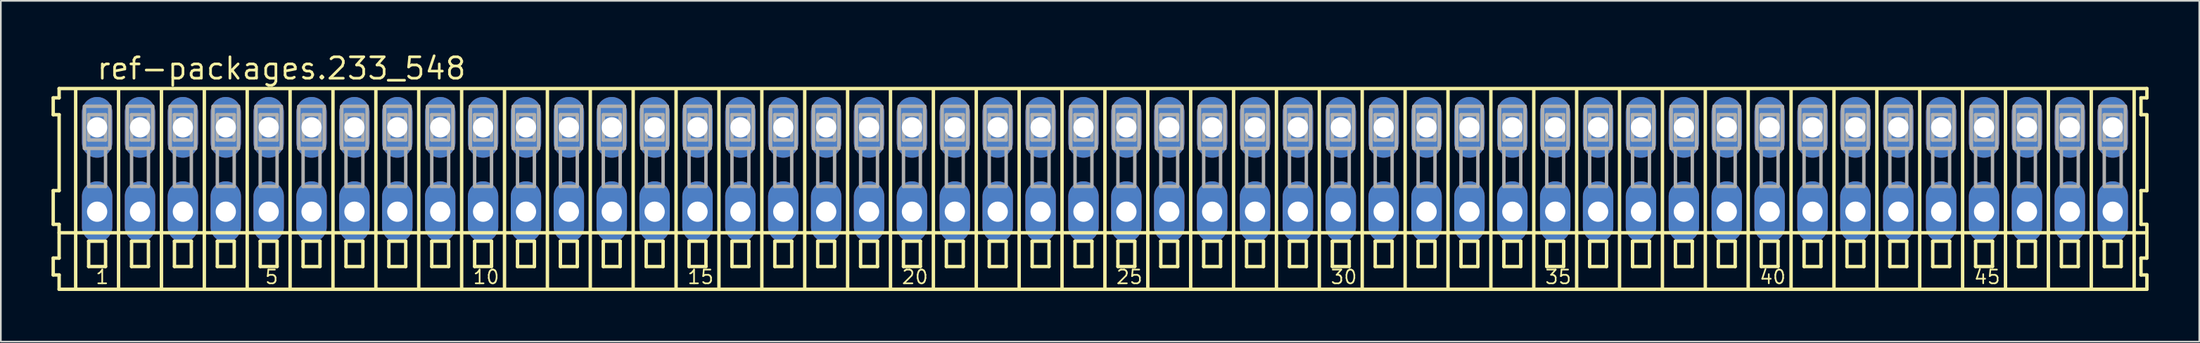
<source format=kicad_pcb>
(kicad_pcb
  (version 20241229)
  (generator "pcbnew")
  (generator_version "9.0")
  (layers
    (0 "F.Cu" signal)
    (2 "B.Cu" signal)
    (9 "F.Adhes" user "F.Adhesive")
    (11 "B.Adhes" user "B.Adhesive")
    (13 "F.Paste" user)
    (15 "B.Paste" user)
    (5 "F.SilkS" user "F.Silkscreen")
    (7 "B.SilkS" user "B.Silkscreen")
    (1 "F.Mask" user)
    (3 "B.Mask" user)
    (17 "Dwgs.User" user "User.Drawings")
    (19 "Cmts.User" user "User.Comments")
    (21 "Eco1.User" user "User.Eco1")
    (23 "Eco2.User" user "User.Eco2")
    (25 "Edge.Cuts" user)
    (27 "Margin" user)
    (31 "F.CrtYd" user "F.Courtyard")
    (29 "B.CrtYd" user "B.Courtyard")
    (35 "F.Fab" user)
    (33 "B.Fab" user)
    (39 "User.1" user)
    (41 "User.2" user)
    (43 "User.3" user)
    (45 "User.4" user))
  (footprint "ref-packages.233_548"
    (layer "F.Cu")
    (at 62.392 7)
    (property "Reference" "ref-packages.233_548" (at -59.79 -5.25 0) (layer "F.SilkS") (effects (font (size 1.27 1.27) (thickness 0.16)) (justify left bottom)))
    (attr through_hole)
    (fp_line (start -62.29 -4.25) (end -62.29 -3.25) (stroke (width 0.203) (type default)) (layer "F.SilkS"))
    (fp_line (start -62.29 -3.25) (end -61.94 -3.25) (stroke (width 0.203) (type default)) (layer "F.SilkS"))
    (fp_line (start -62.29 1.25) (end -62.29 3.25) (stroke (width 0.203) (type default)) (layer "F.SilkS"))
    (fp_line (start -62.29 3.25) (end -61.94 3.25) (stroke (width 0.203) (type default)) (layer "F.SilkS"))
    (fp_line (start -62.29 5.25) (end -62.29 6.25) (stroke (width 0.203) (type default)) (layer "F.SilkS"))
    (fp_line (start -62.29 6.25) (end -61.94 6.25) (stroke (width 0.203) (type default)) (layer "F.SilkS"))
    (fp_line (start -61.94 -4.8) (end -61.94 -4.25) (stroke (width 0.203) (type default)) (layer "F.SilkS"))
    (fp_line (start -61.94 -4.25) (end -62.29 -4.25) (stroke (width 0.203) (type default)) (layer "F.SilkS"))
    (fp_line (start -61.94 -3.25) (end -61.94 1.25) (stroke (width 0.203) (type default)) (layer "F.SilkS"))
    (fp_line (start -61.94 1.25) (end -62.29 1.25) (stroke (width 0.203) (type default)) (layer "F.SilkS"))
    (fp_line (start -61.94 3.25) (end -61.94 5.25) (stroke (width 0.203) (type default)) (layer "F.SilkS"))
    (fp_line (start -61.94 3.75) (end 61.715 3.75) (stroke (width 0.203) (type default)) (layer "F.SilkS"))
    (fp_line (start -61.94 5.25) (end -62.29 5.25) (stroke (width 0.203) (type default)) (layer "F.SilkS"))
    (fp_line (start -61.94 6.25) (end -61.94 7.1) (stroke (width 0.203) (type default)) (layer "F.SilkS"))
    (fp_line (start -61.94 7.1) (end 61.715 7.1) (stroke (width 0.203) (type default)) (layer "F.SilkS"))
    (fp_line (start -60.96 6.985) (end -60.96 -4.699) (stroke (width 0.203) (type default)) (layer "F.SilkS"))
    (fp_line (start -60.19 4.25) (end -60.19 5.75) (stroke (width 0.203) (type default)) (layer "F.SilkS"))
    (fp_line (start -60.19 5.75) (end -59.19 5.75) (stroke (width 0.203) (type default)) (layer "F.SilkS"))
    (fp_line (start -59.19 4.25) (end -60.19 4.25) (stroke (width 0.203) (type default)) (layer "F.SilkS"))
    (fp_line (start -59.19 5.75) (end -59.19 4.25) (stroke (width 0.203) (type default)) (layer "F.SilkS"))
    (fp_line (start -58.42 6.985) (end -58.42 -4.699) (stroke (width 0.203) (type default)) (layer "F.SilkS"))
    (fp_line (start -57.65 4.25) (end -57.65 5.75) (stroke (width 0.203) (type default)) (layer "F.SilkS"))
    (fp_line (start -57.65 5.75) (end -56.65 5.75) (stroke (width 0.203) (type default)) (layer "F.SilkS"))
    (fp_line (start -56.65 4.25) (end -57.65 4.25) (stroke (width 0.203) (type default)) (layer "F.SilkS"))
    (fp_line (start -56.65 5.75) (end -56.65 4.25) (stroke (width 0.203) (type default)) (layer "F.SilkS"))
    (fp_line (start -55.88 6.985) (end -55.88 -4.699) (stroke (width 0.203) (type default)) (layer "F.SilkS"))
    (fp_line (start -55.11 4.25) (end -55.11 5.75) (stroke (width 0.203) (type default)) (layer "F.SilkS"))
    (fp_line (start -55.11 5.75) (end -54.11 5.75) (stroke (width 0.203) (type default)) (layer "F.SilkS"))
    (fp_line (start -54.11 4.25) (end -55.11 4.25) (stroke (width 0.203) (type default)) (layer "F.SilkS"))
    (fp_line (start -54.11 5.75) (end -54.11 4.25) (stroke (width 0.203) (type default)) (layer "F.SilkS"))
    (fp_line (start -53.34 6.985) (end -53.34 -4.699) (stroke (width 0.203) (type default)) (layer "F.SilkS"))
    (fp_line (start -52.57 4.25) (end -52.57 5.75) (stroke (width 0.203) (type default)) (layer "F.SilkS"))
    (fp_line (start -52.57 5.75) (end -51.57 5.75) (stroke (width 0.203) (type default)) (layer "F.SilkS"))
    (fp_line (start -51.57 4.25) (end -52.57 4.25) (stroke (width 0.203) (type default)) (layer "F.SilkS"))
    (fp_line (start -51.57 5.75) (end -51.57 4.25) (stroke (width 0.203) (type default)) (layer "F.SilkS"))
    (fp_line (start -50.8 6.985) (end -50.8 -4.699) (stroke (width 0.203) (type default)) (layer "F.SilkS"))
    (fp_line (start -50.03 4.25) (end -50.03 5.75) (stroke (width 0.203) (type default)) (layer "F.SilkS"))
    (fp_line (start -50.03 5.75) (end -49.03 5.75) (stroke (width 0.203) (type default)) (layer "F.SilkS"))
    (fp_line (start -49.03 4.25) (end -50.03 4.25) (stroke (width 0.203) (type default)) (layer "F.SilkS"))
    (fp_line (start -49.03 5.75) (end -49.03 4.25) (stroke (width 0.203) (type default)) (layer "F.SilkS"))
    (fp_line (start -48.26 6.985) (end -48.26 -4.699) (stroke (width 0.203) (type default)) (layer "F.SilkS"))
    (fp_line (start -47.49 4.25) (end -47.49 5.75) (stroke (width 0.203) (type default)) (layer "F.SilkS"))
    (fp_line (start -47.49 5.75) (end -46.49 5.75) (stroke (width 0.203) (type default)) (layer "F.SilkS"))
    (fp_line (start -46.49 4.25) (end -47.49 4.25) (stroke (width 0.203) (type default)) (layer "F.SilkS"))
    (fp_line (start -46.49 5.75) (end -46.49 4.25) (stroke (width 0.203) (type default)) (layer "F.SilkS"))
    (fp_line (start -45.72 6.985) (end -45.72 -4.699) (stroke (width 0.203) (type default)) (layer "F.SilkS"))
    (fp_line (start -44.95 4.25) (end -44.95 5.75) (stroke (width 0.203) (type default)) (layer "F.SilkS"))
    (fp_line (start -44.95 5.75) (end -43.95 5.75) (stroke (width 0.203) (type default)) (layer "F.SilkS"))
    (fp_line (start -43.95 4.25) (end -44.95 4.25) (stroke (width 0.203) (type default)) (layer "F.SilkS"))
    (fp_line (start -43.95 5.75) (end -43.95 4.25) (stroke (width 0.203) (type default)) (layer "F.SilkS"))
    (fp_line (start -43.18 6.985) (end -43.18 -4.699) (stroke (width 0.203) (type default)) (layer "F.SilkS"))
    (fp_line (start -42.41 4.25) (end -42.41 5.75) (stroke (width 0.203) (type default)) (layer "F.SilkS"))
    (fp_line (start -42.41 5.75) (end -41.41 5.75) (stroke (width 0.203) (type default)) (layer "F.SilkS"))
    (fp_line (start -41.41 4.25) (end -42.41 4.25) (stroke (width 0.203) (type default)) (layer "F.SilkS"))
    (fp_line (start -41.41 5.75) (end -41.41 4.25) (stroke (width 0.203) (type default)) (layer "F.SilkS"))
    (fp_line (start -40.64 6.985) (end -40.64 -4.699) (stroke (width 0.203) (type default)) (layer "F.SilkS"))
    (fp_line (start -39.87 4.25) (end -39.87 5.75) (stroke (width 0.203) (type default)) (layer "F.SilkS"))
    (fp_line (start -39.87 5.75) (end -38.87 5.75) (stroke (width 0.203) (type default)) (layer "F.SilkS"))
    (fp_line (start -38.87 4.25) (end -39.87 4.25) (stroke (width 0.203) (type default)) (layer "F.SilkS"))
    (fp_line (start -38.87 5.75) (end -38.87 4.25) (stroke (width 0.203) (type default)) (layer "F.SilkS"))
    (fp_line (start -38.1 6.985) (end -38.1 -4.699) (stroke (width 0.203) (type default)) (layer "F.SilkS"))
    (fp_line (start -37.33 4.25) (end -37.33 5.75) (stroke (width 0.203) (type default)) (layer "F.SilkS"))
    (fp_line (start -37.33 5.75) (end -36.33 5.75) (stroke (width 0.203) (type default)) (layer "F.SilkS"))
    (fp_line (start -36.33 4.25) (end -37.33 4.25) (stroke (width 0.203) (type default)) (layer "F.SilkS"))
    (fp_line (start -36.33 5.75) (end -36.33 4.25) (stroke (width 0.203) (type default)) (layer "F.SilkS"))
    (fp_line (start -35.56 6.985) (end -35.56 -4.699) (stroke (width 0.203) (type default)) (layer "F.SilkS"))
    (fp_line (start -34.79 4.25) (end -34.79 5.75) (stroke (width 0.203) (type default)) (layer "F.SilkS"))
    (fp_line (start -34.79 5.75) (end -33.79 5.75) (stroke (width 0.203) (type default)) (layer "F.SilkS"))
    (fp_line (start -33.79 4.25) (end -34.79 4.25) (stroke (width 0.203) (type default)) (layer "F.SilkS"))
    (fp_line (start -33.79 5.75) (end -33.79 4.25) (stroke (width 0.203) (type default)) (layer "F.SilkS"))
    (fp_line (start -33.02 6.985) (end -33.02 -4.699) (stroke (width 0.203) (type default)) (layer "F.SilkS"))
    (fp_line (start -32.25 4.25) (end -32.25 5.75) (stroke (width 0.203) (type default)) (layer "F.SilkS"))
    (fp_line (start -32.25 5.75) (end -31.25 5.75) (stroke (width 0.203) (type default)) (layer "F.SilkS"))
    (fp_line (start -31.25 4.25) (end -32.25 4.25) (stroke (width 0.203) (type default)) (layer "F.SilkS"))
    (fp_line (start -31.25 5.75) (end -31.25 4.25) (stroke (width 0.203) (type default)) (layer "F.SilkS"))
    (fp_line (start -30.48 6.985) (end -30.48 -4.699) (stroke (width 0.203) (type default)) (layer "F.SilkS"))
    (fp_line (start -29.71 4.25) (end -29.71 5.75) (stroke (width 0.203) (type default)) (layer "F.SilkS"))
    (fp_line (start -29.71 5.75) (end -28.71 5.75) (stroke (width 0.203) (type default)) (layer "F.SilkS"))
    (fp_line (start -28.71 4.25) (end -29.71 4.25) (stroke (width 0.203) (type default)) (layer "F.SilkS"))
    (fp_line (start -28.71 5.75) (end -28.71 4.25) (stroke (width 0.203) (type default)) (layer "F.SilkS"))
    (fp_line (start -27.94 6.985) (end -27.94 -4.699) (stroke (width 0.203) (type default)) (layer "F.SilkS"))
    (fp_line (start -27.17 4.25) (end -27.17 5.75) (stroke (width 0.203) (type default)) (layer "F.SilkS"))
    (fp_line (start -27.17 5.75) (end -26.17 5.75) (stroke (width 0.203) (type default)) (layer "F.SilkS"))
    (fp_line (start -26.17 4.25) (end -27.17 4.25) (stroke (width 0.203) (type default)) (layer "F.SilkS"))
    (fp_line (start -26.17 5.75) (end -26.17 4.25) (stroke (width 0.203) (type default)) (layer "F.SilkS"))
    (fp_line (start -25.4 6.985) (end -25.4 -4.699) (stroke (width 0.203) (type default)) (layer "F.SilkS"))
    (fp_line (start -24.63 4.25) (end -24.63 5.75) (stroke (width 0.203) (type default)) (layer "F.SilkS"))
    (fp_line (start -24.63 5.75) (end -23.63 5.75) (stroke (width 0.203) (type default)) (layer "F.SilkS"))
    (fp_line (start -23.63 4.25) (end -24.63 4.25) (stroke (width 0.203) (type default)) (layer "F.SilkS"))
    (fp_line (start -23.63 5.75) (end -23.63 4.25) (stroke (width 0.203) (type default)) (layer "F.SilkS"))
    (fp_line (start -22.86 6.985) (end -22.86 -4.699) (stroke (width 0.203) (type default)) (layer "F.SilkS"))
    (fp_line (start -22.09 4.25) (end -22.09 5.75) (stroke (width 0.203) (type default)) (layer "F.SilkS"))
    (fp_line (start -22.09 5.75) (end -21.09 5.75) (stroke (width 0.203) (type default)) (layer "F.SilkS"))
    (fp_line (start -21.09 4.25) (end -22.09 4.25) (stroke (width 0.203) (type default)) (layer "F.SilkS"))
    (fp_line (start -21.09 5.75) (end -21.09 4.25) (stroke (width 0.203) (type default)) (layer "F.SilkS"))
    (fp_line (start -20.32 6.985) (end -20.32 -4.699) (stroke (width 0.203) (type default)) (layer "F.SilkS"))
    (fp_line (start -19.55 4.25) (end -19.55 5.75) (stroke (width 0.203) (type default)) (layer "F.SilkS"))
    (fp_line (start -19.55 5.75) (end -18.55 5.75) (stroke (width 0.203) (type default)) (layer "F.SilkS"))
    (fp_line (start -18.55 4.25) (end -19.55 4.25) (stroke (width 0.203) (type default)) (layer "F.SilkS"))
    (fp_line (start -18.55 5.75) (end -18.55 4.25) (stroke (width 0.203) (type default)) (layer "F.SilkS"))
    (fp_line (start -17.78 6.985) (end -17.78 -4.699) (stroke (width 0.203) (type default)) (layer "F.SilkS"))
    (fp_line (start -17.01 4.25) (end -17.01 5.75) (stroke (width 0.203) (type default)) (layer "F.SilkS"))
    (fp_line (start -17.01 5.75) (end -16.01 5.75) (stroke (width 0.203) (type default)) (layer "F.SilkS"))
    (fp_line (start -16.01 4.25) (end -17.01 4.25) (stroke (width 0.203) (type default)) (layer "F.SilkS"))
    (fp_line (start -16.01 5.75) (end -16.01 4.25) (stroke (width 0.203) (type default)) (layer "F.SilkS"))
    (fp_line (start -15.24 6.985) (end -15.24 -4.699) (stroke (width 0.203) (type default)) (layer "F.SilkS"))
    (fp_line (start -14.47 4.25) (end -14.47 5.75) (stroke (width 0.203) (type default)) (layer "F.SilkS"))
    (fp_line (start -14.47 5.75) (end -13.47 5.75) (stroke (width 0.203) (type default)) (layer "F.SilkS"))
    (fp_line (start -13.47 4.25) (end -14.47 4.25) (stroke (width 0.203) (type default)) (layer "F.SilkS"))
    (fp_line (start -13.47 5.75) (end -13.47 4.25) (stroke (width 0.203) (type default)) (layer "F.SilkS"))
    (fp_line (start -12.7 6.985) (end -12.7 -4.699) (stroke (width 0.203) (type default)) (layer "F.SilkS"))
    (fp_line (start -11.93 4.25) (end -11.93 5.75) (stroke (width 0.203) (type default)) (layer "F.SilkS"))
    (fp_line (start -11.93 5.75) (end -10.93 5.75) (stroke (width 0.203) (type default)) (layer "F.SilkS"))
    (fp_line (start -10.93 4.25) (end -11.93 4.25) (stroke (width 0.203) (type default)) (layer "F.SilkS"))
    (fp_line (start -10.93 5.75) (end -10.93 4.25) (stroke (width 0.203) (type default)) (layer "F.SilkS"))
    (fp_line (start -10.16 6.985) (end -10.16 -4.699) (stroke (width 0.203) (type default)) (layer "F.SilkS"))
    (fp_line (start -9.39 4.25) (end -9.39 5.75) (stroke (width 0.203) (type default)) (layer "F.SilkS"))
    (fp_line (start -9.39 5.75) (end -8.39 5.75) (stroke (width 0.203) (type default)) (layer "F.SilkS"))
    (fp_line (start -8.39 4.25) (end -9.39 4.25) (stroke (width 0.203) (type default)) (layer "F.SilkS"))
    (fp_line (start -8.39 5.75) (end -8.39 4.25) (stroke (width 0.203) (type default)) (layer "F.SilkS"))
    (fp_line (start -7.62 6.985) (end -7.62 -4.699) (stroke (width 0.203) (type default)) (layer "F.SilkS"))
    (fp_line (start -6.85 4.25) (end -6.85 5.75) (stroke (width 0.203) (type default)) (layer "F.SilkS"))
    (fp_line (start -6.85 5.75) (end -5.85 5.75) (stroke (width 0.203) (type default)) (layer "F.SilkS"))
    (fp_line (start -5.85 4.25) (end -6.85 4.25) (stroke (width 0.203) (type default)) (layer "F.SilkS"))
    (fp_line (start -5.85 5.75) (end -5.85 4.25) (stroke (width 0.203) (type default)) (layer "F.SilkS"))
    (fp_line (start -5.08 6.985) (end -5.08 -4.699) (stroke (width 0.203) (type default)) (layer "F.SilkS"))
    (fp_line (start -4.31 4.25) (end -4.31 5.75) (stroke (width 0.203) (type default)) (layer "F.SilkS"))
    (fp_line (start -4.31 5.75) (end -3.31 5.75) (stroke (width 0.203) (type default)) (layer "F.SilkS"))
    (fp_line (start -3.31 4.25) (end -4.31 4.25) (stroke (width 0.203) (type default)) (layer "F.SilkS"))
    (fp_line (start -3.31 5.75) (end -3.31 4.25) (stroke (width 0.203) (type default)) (layer "F.SilkS"))
    (fp_line (start -2.54 6.985) (end -2.54 -4.699) (stroke (width 0.203) (type default)) (layer "F.SilkS"))
    (fp_line (start -1.77 4.25) (end -1.77 5.75) (stroke (width 0.203) (type default)) (layer "F.SilkS"))
    (fp_line (start -1.77 5.75) (end -0.77 5.75) (stroke (width 0.203) (type default)) (layer "F.SilkS"))
    (fp_line (start -0.77 4.25) (end -1.77 4.25) (stroke (width 0.203) (type default)) (layer "F.SilkS"))
    (fp_line (start -0.77 5.75) (end -0.77 4.25) (stroke (width 0.203) (type default)) (layer "F.SilkS"))
    (fp_line (start 0 6.985) (end 0 -4.699) (stroke (width 0.203) (type default)) (layer "F.SilkS"))
    (fp_line (start 0.77 4.25) (end 0.77 5.75) (stroke (width 0.203) (type default)) (layer "F.SilkS"))
    (fp_line (start 0.77 5.75) (end 1.77 5.75) (stroke (width 0.203) (type default)) (layer "F.SilkS"))
    (fp_line (start 1.77 4.25) (end 0.77 4.25) (stroke (width 0.203) (type default)) (layer "F.SilkS"))
    (fp_line (start 1.77 5.75) (end 1.77 4.25) (stroke (width 0.203) (type default)) (layer "F.SilkS"))
    (fp_line (start 2.54 6.985) (end 2.54 -4.699) (stroke (width 0.203) (type default)) (layer "F.SilkS"))
    (fp_line (start 3.31 4.25) (end 3.31 5.75) (stroke (width 0.203) (type default)) (layer "F.SilkS"))
    (fp_line (start 3.31 5.75) (end 4.31 5.75) (stroke (width 0.203) (type default)) (layer "F.SilkS"))
    (fp_line (start 4.31 4.25) (end 3.31 4.25) (stroke (width 0.203) (type default)) (layer "F.SilkS"))
    (fp_line (start 4.31 5.75) (end 4.31 4.25) (stroke (width 0.203) (type default)) (layer "F.SilkS"))
    (fp_line (start 5.08 6.985) (end 5.08 -4.699) (stroke (width 0.203) (type default)) (layer "F.SilkS"))
    (fp_line (start 5.85 4.25) (end 5.85 5.75) (stroke (width 0.203) (type default)) (layer "F.SilkS"))
    (fp_line (start 5.85 5.75) (end 6.85 5.75) (stroke (width 0.203) (type default)) (layer "F.SilkS"))
    (fp_line (start 6.85 4.25) (end 5.85 4.25) (stroke (width 0.203) (type default)) (layer "F.SilkS"))
    (fp_line (start 6.85 5.75) (end 6.85 4.25) (stroke (width 0.203) (type default)) (layer "F.SilkS"))
    (fp_line (start 7.62 6.985) (end 7.62 -4.699) (stroke (width 0.203) (type default)) (layer "F.SilkS"))
    (fp_line (start 8.39 4.25) (end 8.39 5.75) (stroke (width 0.203) (type default)) (layer "F.SilkS"))
    (fp_line (start 8.39 5.75) (end 9.39 5.75) (stroke (width 0.203) (type default)) (layer "F.SilkS"))
    (fp_line (start 9.39 4.25) (end 8.39 4.25) (stroke (width 0.203) (type default)) (layer "F.SilkS"))
    (fp_line (start 9.39 5.75) (end 9.39 4.25) (stroke (width 0.203) (type default)) (layer "F.SilkS"))
    (fp_line (start 10.16 6.985) (end 10.16 -4.699) (stroke (width 0.203) (type default)) (layer "F.SilkS"))
    (fp_line (start 10.93 4.25) (end 10.93 5.75) (stroke (width 0.203) (type default)) (layer "F.SilkS"))
    (fp_line (start 10.93 5.75) (end 11.93 5.75) (stroke (width 0.203) (type default)) (layer "F.SilkS"))
    (fp_line (start 11.93 4.25) (end 10.93 4.25) (stroke (width 0.203) (type default)) (layer "F.SilkS"))
    (fp_line (start 11.93 5.75) (end 11.93 4.25) (stroke (width 0.203) (type default)) (layer "F.SilkS"))
    (fp_line (start 12.7 6.985) (end 12.7 -4.699) (stroke (width 0.203) (type default)) (layer "F.SilkS"))
    (fp_line (start 13.47 4.25) (end 13.47 5.75) (stroke (width 0.203) (type default)) (layer "F.SilkS"))
    (fp_line (start 13.47 5.75) (end 14.47 5.75) (stroke (width 0.203) (type default)) (layer "F.SilkS"))
    (fp_line (start 14.47 4.25) (end 13.47 4.25) (stroke (width 0.203) (type default)) (layer "F.SilkS"))
    (fp_line (start 14.47 5.75) (end 14.47 4.25) (stroke (width 0.203) (type default)) (layer "F.SilkS"))
    (fp_line (start 15.24 6.985) (end 15.24 -4.699) (stroke (width 0.203) (type default)) (layer "F.SilkS"))
    (fp_line (start 16.01 4.25) (end 16.01 5.75) (stroke (width 0.203) (type default)) (layer "F.SilkS"))
    (fp_line (start 16.01 5.75) (end 17.01 5.75) (stroke (width 0.203) (type default)) (layer "F.SilkS"))
    (fp_line (start 17.01 4.25) (end 16.01 4.25) (stroke (width 0.203) (type default)) (layer "F.SilkS"))
    (fp_line (start 17.01 5.75) (end 17.01 4.25) (stroke (width 0.203) (type default)) (layer "F.SilkS"))
    (fp_line (start 17.78 6.985) (end 17.78 -4.699) (stroke (width 0.203) (type default)) (layer "F.SilkS"))
    (fp_line (start 18.55 4.25) (end 18.55 5.75) (stroke (width 0.203) (type default)) (layer "F.SilkS"))
    (fp_line (start 18.55 5.75) (end 19.55 5.75) (stroke (width 0.203) (type default)) (layer "F.SilkS"))
    (fp_line (start 19.55 4.25) (end 18.55 4.25) (stroke (width 0.203) (type default)) (layer "F.SilkS"))
    (fp_line (start 19.55 5.75) (end 19.55 4.25) (stroke (width 0.203) (type default)) (layer "F.SilkS"))
    (fp_line (start 20.32 6.985) (end 20.32 -4.699) (stroke (width 0.203) (type default)) (layer "F.SilkS"))
    (fp_line (start 21.09 4.25) (end 21.09 5.75) (stroke (width 0.203) (type default)) (layer "F.SilkS"))
    (fp_line (start 21.09 5.75) (end 22.09 5.75) (stroke (width 0.203) (type default)) (layer "F.SilkS"))
    (fp_line (start 22.09 4.25) (end 21.09 4.25) (stroke (width 0.203) (type default)) (layer "F.SilkS"))
    (fp_line (start 22.09 5.75) (end 22.09 4.25) (stroke (width 0.203) (type default)) (layer "F.SilkS"))
    (fp_line (start 22.86 6.985) (end 22.86 -4.699) (stroke (width 0.203) (type default)) (layer "F.SilkS"))
    (fp_line (start 23.63 4.25) (end 23.63 5.75) (stroke (width 0.203) (type default)) (layer "F.SilkS"))
    (fp_line (start 23.63 5.75) (end 24.63 5.75) (stroke (width 0.203) (type default)) (layer "F.SilkS"))
    (fp_line (start 24.63 4.25) (end 23.63 4.25) (stroke (width 0.203) (type default)) (layer "F.SilkS"))
    (fp_line (start 24.63 5.75) (end 24.63 4.25) (stroke (width 0.203) (type default)) (layer "F.SilkS"))
    (fp_line (start 25.4 6.985) (end 25.4 -4.699) (stroke (width 0.203) (type default)) (layer "F.SilkS"))
    (fp_line (start 26.17 4.25) (end 26.17 5.75) (stroke (width 0.203) (type default)) (layer "F.SilkS"))
    (fp_line (start 26.17 5.75) (end 27.17 5.75) (stroke (width 0.203) (type default)) (layer "F.SilkS"))
    (fp_line (start 27.17 4.25) (end 26.17 4.25) (stroke (width 0.203) (type default)) (layer "F.SilkS"))
    (fp_line (start 27.17 5.75) (end 27.17 4.25) (stroke (width 0.203) (type default)) (layer "F.SilkS"))
    (fp_line (start 27.94 6.985) (end 27.94 -4.699) (stroke (width 0.203) (type default)) (layer "F.SilkS"))
    (fp_line (start 28.71 4.25) (end 28.71 5.75) (stroke (width 0.203) (type default)) (layer "F.SilkS"))
    (fp_line (start 28.71 5.75) (end 29.71 5.75) (stroke (width 0.203) (type default)) (layer "F.SilkS"))
    (fp_line (start 29.71 4.25) (end 28.71 4.25) (stroke (width 0.203) (type default)) (layer "F.SilkS"))
    (fp_line (start 29.71 5.75) (end 29.71 4.25) (stroke (width 0.203) (type default)) (layer "F.SilkS"))
    (fp_line (start 30.48 6.985) (end 30.48 -4.699) (stroke (width 0.203) (type default)) (layer "F.SilkS"))
    (fp_line (start 31.25 4.25) (end 31.25 5.75) (stroke (width 0.203) (type default)) (layer "F.SilkS"))
    (fp_line (start 31.25 5.75) (end 32.25 5.75) (stroke (width 0.203) (type default)) (layer "F.SilkS"))
    (fp_line (start 32.25 4.25) (end 31.25 4.25) (stroke (width 0.203) (type default)) (layer "F.SilkS"))
    (fp_line (start 32.25 5.75) (end 32.25 4.25) (stroke (width 0.203) (type default)) (layer "F.SilkS"))
    (fp_line (start 33.02 6.985) (end 33.02 -4.699) (stroke (width 0.203) (type default)) (layer "F.SilkS"))
    (fp_line (start 33.79 4.25) (end 33.79 5.75) (stroke (width 0.203) (type default)) (layer "F.SilkS"))
    (fp_line (start 33.79 5.75) (end 34.79 5.75) (stroke (width 0.203) (type default)) (layer "F.SilkS"))
    (fp_line (start 34.79 4.25) (end 33.79 4.25) (stroke (width 0.203) (type default)) (layer "F.SilkS"))
    (fp_line (start 34.79 5.75) (end 34.79 4.25) (stroke (width 0.203) (type default)) (layer "F.SilkS"))
    (fp_line (start 35.56 6.985) (end 35.56 -4.699) (stroke (width 0.203) (type default)) (layer "F.SilkS"))
    (fp_line (start 36.33 4.25) (end 36.33 5.75) (stroke (width 0.203) (type default)) (layer "F.SilkS"))
    (fp_line (start 36.33 5.75) (end 37.33 5.75) (stroke (width 0.203) (type default)) (layer "F.SilkS"))
    (fp_line (start 37.33 4.25) (end 36.33 4.25) (stroke (width 0.203) (type default)) (layer "F.SilkS"))
    (fp_line (start 37.33 5.75) (end 37.33 4.25) (stroke (width 0.203) (type default)) (layer "F.SilkS"))
    (fp_line (start 38.1 6.985) (end 38.1 -4.699) (stroke (width 0.203) (type default)) (layer "F.SilkS"))
    (fp_line (start 38.87 4.25) (end 38.87 5.75) (stroke (width 0.203) (type default)) (layer "F.SilkS"))
    (fp_line (start 38.87 5.75) (end 39.87 5.75) (stroke (width 0.203) (type default)) (layer "F.SilkS"))
    (fp_line (start 39.87 4.25) (end 38.87 4.25) (stroke (width 0.203) (type default)) (layer "F.SilkS"))
    (fp_line (start 39.87 5.75) (end 39.87 4.25) (stroke (width 0.203) (type default)) (layer "F.SilkS"))
    (fp_line (start 40.64 6.985) (end 40.64 -4.699) (stroke (width 0.203) (type default)) (layer "F.SilkS"))
    (fp_line (start 41.41 4.25) (end 41.41 5.75) (stroke (width 0.203) (type default)) (layer "F.SilkS"))
    (fp_line (start 41.41 5.75) (end 42.41 5.75) (stroke (width 0.203) (type default)) (layer "F.SilkS"))
    (fp_line (start 42.41 4.25) (end 41.41 4.25) (stroke (width 0.203) (type default)) (layer "F.SilkS"))
    (fp_line (start 42.41 5.75) (end 42.41 4.25) (stroke (width 0.203) (type default)) (layer "F.SilkS"))
    (fp_line (start 43.18 6.985) (end 43.18 -4.699) (stroke (width 0.203) (type default)) (layer "F.SilkS"))
    (fp_line (start 43.95 4.25) (end 43.95 5.75) (stroke (width 0.203) (type default)) (layer "F.SilkS"))
    (fp_line (start 43.95 5.75) (end 44.95 5.75) (stroke (width 0.203) (type default)) (layer "F.SilkS"))
    (fp_line (start 44.95 4.25) (end 43.95 4.25) (stroke (width 0.203) (type default)) (layer "F.SilkS"))
    (fp_line (start 44.95 5.75) (end 44.95 4.25) (stroke (width 0.203) (type default)) (layer "F.SilkS"))
    (fp_line (start 45.72 6.985) (end 45.72 -4.699) (stroke (width 0.203) (type default)) (layer "F.SilkS"))
    (fp_line (start 46.49 4.25) (end 46.49 5.75) (stroke (width 0.203) (type default)) (layer "F.SilkS"))
    (fp_line (start 46.49 5.75) (end 47.49 5.75) (stroke (width 0.203) (type default)) (layer "F.SilkS"))
    (fp_line (start 47.49 4.25) (end 46.49 4.25) (stroke (width 0.203) (type default)) (layer "F.SilkS"))
    (fp_line (start 47.49 5.75) (end 47.49 4.25) (stroke (width 0.203) (type default)) (layer "F.SilkS"))
    (fp_line (start 48.26 6.985) (end 48.26 -4.699) (stroke (width 0.203) (type default)) (layer "F.SilkS"))
    (fp_line (start 49.03 4.25) (end 49.03 5.75) (stroke (width 0.203) (type default)) (layer "F.SilkS"))
    (fp_line (start 49.03 5.75) (end 50.03 5.75) (stroke (width 0.203) (type default)) (layer "F.SilkS"))
    (fp_line (start 50.03 4.25) (end 49.03 4.25) (stroke (width 0.203) (type default)) (layer "F.SilkS"))
    (fp_line (start 50.03 5.75) (end 50.03 4.25) (stroke (width 0.203) (type default)) (layer "F.SilkS"))
    (fp_line (start 50.8 6.985) (end 50.8 -4.699) (stroke (width 0.203) (type default)) (layer "F.SilkS"))
    (fp_line (start 51.57 4.25) (end 51.57 5.75) (stroke (width 0.203) (type default)) (layer "F.SilkS"))
    (fp_line (start 51.57 5.75) (end 52.57 5.75) (stroke (width 0.203) (type default)) (layer "F.SilkS"))
    (fp_line (start 52.57 4.25) (end 51.57 4.25) (stroke (width 0.203) (type default)) (layer "F.SilkS"))
    (fp_line (start 52.57 5.75) (end 52.57 4.25) (stroke (width 0.203) (type default)) (layer "F.SilkS"))
    (fp_line (start 53.34 6.985) (end 53.34 -4.699) (stroke (width 0.203) (type default)) (layer "F.SilkS"))
    (fp_line (start 54.11 4.25) (end 54.11 5.75) (stroke (width 0.203) (type default)) (layer "F.SilkS"))
    (fp_line (start 54.11 5.75) (end 55.11 5.75) (stroke (width 0.203) (type default)) (layer "F.SilkS"))
    (fp_line (start 55.11 4.25) (end 54.11 4.25) (stroke (width 0.203) (type default)) (layer "F.SilkS"))
    (fp_line (start 55.11 5.75) (end 55.11 4.25) (stroke (width 0.203) (type default)) (layer "F.SilkS"))
    (fp_line (start 55.88 6.985) (end 55.88 -4.699) (stroke (width 0.203) (type default)) (layer "F.SilkS"))
    (fp_line (start 56.65 4.25) (end 56.65 5.75) (stroke (width 0.203) (type default)) (layer "F.SilkS"))
    (fp_line (start 56.65 5.75) (end 57.65 5.75) (stroke (width 0.203) (type default)) (layer "F.SilkS"))
    (fp_line (start 57.65 4.25) (end 56.65 4.25) (stroke (width 0.203) (type default)) (layer "F.SilkS"))
    (fp_line (start 57.65 5.75) (end 57.65 4.25) (stroke (width 0.203) (type default)) (layer "F.SilkS"))
    (fp_line (start 58.42 6.985) (end 58.42 -4.699) (stroke (width 0.203) (type default)) (layer "F.SilkS"))
    (fp_line (start 59.19 4.25) (end 59.19 5.75) (stroke (width 0.203) (type default)) (layer "F.SilkS"))
    (fp_line (start 59.19 5.75) (end 60.19 5.75) (stroke (width 0.203) (type default)) (layer "F.SilkS"))
    (fp_line (start 60.19 4.25) (end 59.19 4.25) (stroke (width 0.203) (type default)) (layer "F.SilkS"))
    (fp_line (start 60.19 5.75) (end 60.19 4.25) (stroke (width 0.203) (type default)) (layer "F.SilkS"))
    (fp_line (start 60.96 6.985) (end 60.96 -4.699) (stroke (width 0.203) (type default)) (layer "F.SilkS"))
    (fp_line (start 61.365 -4.25) (end 61.365 -3.25) (stroke (width 0.203) (type default)) (layer "F.SilkS"))
    (fp_line (start 61.365 -3.25) (end 61.715 -3.25) (stroke (width 0.203) (type default)) (layer "F.SilkS"))
    (fp_line (start 61.365 1.25) (end 61.365 3.25) (stroke (width 0.203) (type default)) (layer "F.SilkS"))
    (fp_line (start 61.365 3.25) (end 61.715 3.25) (stroke (width 0.203) (type default)) (layer "F.SilkS"))
    (fp_line (start 61.365 5.25) (end 61.365 6.25) (stroke (width 0.203) (type default)) (layer "F.SilkS"))
    (fp_line (start 61.365 6.25) (end 61.715 6.25) (stroke (width 0.203) (type default)) (layer "F.SilkS"))
    (fp_line (start 61.715 -4.8) (end -61.94 -4.8) (stroke (width 0.203) (type default)) (layer "F.SilkS"))
    (fp_line (start 61.715 -4.25) (end 61.365 -4.25) (stroke (width 0.203) (type default)) (layer "F.SilkS"))
    (fp_line (start 61.715 -4.25) (end 61.715 -4.8) (stroke (width 0.203) (type default)) (layer "F.SilkS"))
    (fp_line (start 61.715 1.25) (end 61.365 1.25) (stroke (width 0.203) (type default)) (layer "F.SilkS"))
    (fp_line (start 61.715 1.25) (end 61.715 -3.25) (stroke (width 0.203) (type default)) (layer "F.SilkS"))
    (fp_line (start 61.715 3.75) (end 61.715 3.25) (stroke (width 0.203) (type default)) (layer "F.SilkS"))
    (fp_line (start 61.715 5.25) (end 61.365 5.25) (stroke (width 0.203) (type default)) (layer "F.SilkS"))
    (fp_line (start 61.715 5.25) (end 61.715 3.75) (stroke (width 0.203) (type default)) (layer "F.SilkS"))
    (fp_line (start 61.715 7.1) (end 61.715 6.25) (stroke (width 0.203) (type default)) (layer "F.SilkS"))
    (fp_line (start -60.44 -3.75) (end -60.44 -1.25) (stroke (width 0.203) (type default)) (layer "F.Fab"))
    (fp_line (start -60.44 -1.25) (end -60.19 -1.25) (stroke (width 0.203) (type default)) (layer "F.Fab"))
    (fp_line (start -60.19 -3.25) (end -60.19 -1.75) (stroke (width 0.203) (type default)) (layer "F.Fab"))
    (fp_line (start -60.19 -1.75) (end -59.19 -1.75) (stroke (width 0.203) (type default)) (layer "F.Fab"))
    (fp_line (start -60.19 -1.25) (end -60.19 1) (stroke (width 0.203) (type default)) (layer "F.Fab"))
    (fp_line (start -60.19 -1.25) (end -59.19 -1.25) (stroke (width 0.203) (type default)) (layer "F.Fab"))
    (fp_line (start -60.19 1) (end -59.19 1) (stroke (width 0.203) (type default)) (layer "F.Fab"))
    (fp_line (start -59.19 -3.25) (end -60.19 -3.25) (stroke (width 0.203) (type default)) (layer "F.Fab"))
    (fp_line (start -59.19 -1.75) (end -59.19 -3.25) (stroke (width 0.203) (type default)) (layer "F.Fab"))
    (fp_line (start -59.19 -1.25) (end -58.94 -1.25) (stroke (width 0.203) (type default)) (layer "F.Fab"))
    (fp_line (start -59.19 1) (end -59.19 -1.25) (stroke (width 0.203) (type default)) (layer "F.Fab"))
    (fp_line (start -58.94 -3.75) (end -60.44 -3.75) (stroke (width 0.203) (type default)) (layer "F.Fab"))
    (fp_line (start -58.94 -1.25) (end -58.94 -3.75) (stroke (width 0.203) (type default)) (layer "F.Fab"))
    (fp_line (start -57.9 -3.75) (end -57.9 -1.25) (stroke (width 0.203) (type default)) (layer "F.Fab"))
    (fp_line (start -57.9 -1.25) (end -57.65 -1.25) (stroke (width 0.203) (type default)) (layer "F.Fab"))
    (fp_line (start -57.65 -3.25) (end -57.65 -1.75) (stroke (width 0.203) (type default)) (layer "F.Fab"))
    (fp_line (start -57.65 -1.75) (end -56.65 -1.75) (stroke (width 0.203) (type default)) (layer "F.Fab"))
    (fp_line (start -57.65 -1.25) (end -57.65 1) (stroke (width 0.203) (type default)) (layer "F.Fab"))
    (fp_line (start -57.65 -1.25) (end -56.65 -1.25) (stroke (width 0.203) (type default)) (layer "F.Fab"))
    (fp_line (start -57.65 1) (end -56.65 1) (stroke (width 0.203) (type default)) (layer "F.Fab"))
    (fp_line (start -56.65 -3.25) (end -57.65 -3.25) (stroke (width 0.203) (type default)) (layer "F.Fab"))
    (fp_line (start -56.65 -1.75) (end -56.65 -3.25) (stroke (width 0.203) (type default)) (layer "F.Fab"))
    (fp_line (start -56.65 -1.25) (end -56.4 -1.25) (stroke (width 0.203) (type default)) (layer "F.Fab"))
    (fp_line (start -56.65 1) (end -56.65 -1.25) (stroke (width 0.203) (type default)) (layer "F.Fab"))
    (fp_line (start -56.4 -3.75) (end -57.9 -3.75) (stroke (width 0.203) (type default)) (layer "F.Fab"))
    (fp_line (start -56.4 -1.25) (end -56.4 -3.75) (stroke (width 0.203) (type default)) (layer "F.Fab"))
    (fp_line (start -55.36 -3.75) (end -55.36 -1.25) (stroke (width 0.203) (type default)) (layer "F.Fab"))
    (fp_line (start -55.36 -1.25) (end -55.11 -1.25) (stroke (width 0.203) (type default)) (layer "F.Fab"))
    (fp_line (start -55.11 -3.25) (end -55.11 -1.75) (stroke (width 0.203) (type default)) (layer "F.Fab"))
    (fp_line (start -55.11 -1.75) (end -54.11 -1.75) (stroke (width 0.203) (type default)) (layer "F.Fab"))
    (fp_line (start -55.11 -1.25) (end -55.11 1) (stroke (width 0.203) (type default)) (layer "F.Fab"))
    (fp_line (start -55.11 -1.25) (end -54.11 -1.25) (stroke (width 0.203) (type default)) (layer "F.Fab"))
    (fp_line (start -55.11 1) (end -54.11 1) (stroke (width 0.203) (type default)) (layer "F.Fab"))
    (fp_line (start -54.11 -3.25) (end -55.11 -3.25) (stroke (width 0.203) (type default)) (layer "F.Fab"))
    (fp_line (start -54.11 -1.75) (end -54.11 -3.25) (stroke (width 0.203) (type default)) (layer "F.Fab"))
    (fp_line (start -54.11 -1.25) (end -53.86 -1.25) (stroke (width 0.203) (type default)) (layer "F.Fab"))
    (fp_line (start -54.11 1) (end -54.11 -1.25) (stroke (width 0.203) (type default)) (layer "F.Fab"))
    (fp_line (start -53.86 -3.75) (end -55.36 -3.75) (stroke (width 0.203) (type default)) (layer "F.Fab"))
    (fp_line (start -53.86 -1.25) (end -53.86 -3.75) (stroke (width 0.203) (type default)) (layer "F.Fab"))
    (fp_line (start -52.82 -3.75) (end -52.82 -1.25) (stroke (width 0.203) (type default)) (layer "F.Fab"))
    (fp_line (start -52.82 -1.25) (end -52.57 -1.25) (stroke (width 0.203) (type default)) (layer "F.Fab"))
    (fp_line (start -52.57 -3.25) (end -52.57 -1.75) (stroke (width 0.203) (type default)) (layer "F.Fab"))
    (fp_line (start -52.57 -1.75) (end -51.57 -1.75) (stroke (width 0.203) (type default)) (layer "F.Fab"))
    (fp_line (start -52.57 -1.25) (end -52.57 1) (stroke (width 0.203) (type default)) (layer "F.Fab"))
    (fp_line (start -52.57 -1.25) (end -51.57 -1.25) (stroke (width 0.203) (type default)) (layer "F.Fab"))
    (fp_line (start -52.57 1) (end -51.57 1) (stroke (width 0.203) (type default)) (layer "F.Fab"))
    (fp_line (start -51.57 -3.25) (end -52.57 -3.25) (stroke (width 0.203) (type default)) (layer "F.Fab"))
    (fp_line (start -51.57 -1.75) (end -51.57 -3.25) (stroke (width 0.203) (type default)) (layer "F.Fab"))
    (fp_line (start -51.57 -1.25) (end -51.32 -1.25) (stroke (width 0.203) (type default)) (layer "F.Fab"))
    (fp_line (start -51.57 1) (end -51.57 -1.25) (stroke (width 0.203) (type default)) (layer "F.Fab"))
    (fp_line (start -51.32 -3.75) (end -52.82 -3.75) (stroke (width 0.203) (type default)) (layer "F.Fab"))
    (fp_line (start -51.32 -1.25) (end -51.32 -3.75) (stroke (width 0.203) (type default)) (layer "F.Fab"))
    (fp_line (start -50.28 -3.75) (end -50.28 -1.25) (stroke (width 0.203) (type default)) (layer "F.Fab"))
    (fp_line (start -50.28 -1.25) (end -50.03 -1.25) (stroke (width 0.203) (type default)) (layer "F.Fab"))
    (fp_line (start -50.03 -3.25) (end -50.03 -1.75) (stroke (width 0.203) (type default)) (layer "F.Fab"))
    (fp_line (start -50.03 -1.75) (end -49.03 -1.75) (stroke (width 0.203) (type default)) (layer "F.Fab"))
    (fp_line (start -50.03 -1.25) (end -50.03 1) (stroke (width 0.203) (type default)) (layer "F.Fab"))
    (fp_line (start -50.03 -1.25) (end -49.03 -1.25) (stroke (width 0.203) (type default)) (layer "F.Fab"))
    (fp_line (start -50.03 1) (end -49.03 1) (stroke (width 0.203) (type default)) (layer "F.Fab"))
    (fp_line (start -49.03 -3.25) (end -50.03 -3.25) (stroke (width 0.203) (type default)) (layer "F.Fab"))
    (fp_line (start -49.03 -1.75) (end -49.03 -3.25) (stroke (width 0.203) (type default)) (layer "F.Fab"))
    (fp_line (start -49.03 -1.25) (end -48.78 -1.25) (stroke (width 0.203) (type default)) (layer "F.Fab"))
    (fp_line (start -49.03 1) (end -49.03 -1.25) (stroke (width 0.203) (type default)) (layer "F.Fab"))
    (fp_line (start -48.78 -3.75) (end -50.28 -3.75) (stroke (width 0.203) (type default)) (layer "F.Fab"))
    (fp_line (start -48.78 -1.25) (end -48.78 -3.75) (stroke (width 0.203) (type default)) (layer "F.Fab"))
    (fp_line (start -47.74 -3.75) (end -47.74 -1.25) (stroke (width 0.203) (type default)) (layer "F.Fab"))
    (fp_line (start -47.74 -1.25) (end -47.49 -1.25) (stroke (width 0.203) (type default)) (layer "F.Fab"))
    (fp_line (start -47.49 -3.25) (end -47.49 -1.75) (stroke (width 0.203) (type default)) (layer "F.Fab"))
    (fp_line (start -47.49 -1.75) (end -46.49 -1.75) (stroke (width 0.203) (type default)) (layer "F.Fab"))
    (fp_line (start -47.49 -1.25) (end -47.49 1) (stroke (width 0.203) (type default)) (layer "F.Fab"))
    (fp_line (start -47.49 -1.25) (end -46.49 -1.25) (stroke (width 0.203) (type default)) (layer "F.Fab"))
    (fp_line (start -47.49 1) (end -46.49 1) (stroke (width 0.203) (type default)) (layer "F.Fab"))
    (fp_line (start -46.49 -3.25) (end -47.49 -3.25) (stroke (width 0.203) (type default)) (layer "F.Fab"))
    (fp_line (start -46.49 -1.75) (end -46.49 -3.25) (stroke (width 0.203) (type default)) (layer "F.Fab"))
    (fp_line (start -46.49 -1.25) (end -46.24 -1.25) (stroke (width 0.203) (type default)) (layer "F.Fab"))
    (fp_line (start -46.49 1) (end -46.49 -1.25) (stroke (width 0.203) (type default)) (layer "F.Fab"))
    (fp_line (start -46.24 -3.75) (end -47.74 -3.75) (stroke (width 0.203) (type default)) (layer "F.Fab"))
    (fp_line (start -46.24 -1.25) (end -46.24 -3.75) (stroke (width 0.203) (type default)) (layer "F.Fab"))
    (fp_line (start -45.2 -3.75) (end -45.2 -1.25) (stroke (width 0.203) (type default)) (layer "F.Fab"))
    (fp_line (start -45.2 -1.25) (end -44.95 -1.25) (stroke (width 0.203) (type default)) (layer "F.Fab"))
    (fp_line (start -44.95 -3.25) (end -44.95 -1.75) (stroke (width 0.203) (type default)) (layer "F.Fab"))
    (fp_line (start -44.95 -1.75) (end -43.95 -1.75) (stroke (width 0.203) (type default)) (layer "F.Fab"))
    (fp_line (start -44.95 -1.25) (end -44.95 1) (stroke (width 0.203) (type default)) (layer "F.Fab"))
    (fp_line (start -44.95 -1.25) (end -43.95 -1.25) (stroke (width 0.203) (type default)) (layer "F.Fab"))
    (fp_line (start -44.95 1) (end -43.95 1) (stroke (width 0.203) (type default)) (layer "F.Fab"))
    (fp_line (start -43.95 -3.25) (end -44.95 -3.25) (stroke (width 0.203) (type default)) (layer "F.Fab"))
    (fp_line (start -43.95 -1.75) (end -43.95 -3.25) (stroke (width 0.203) (type default)) (layer "F.Fab"))
    (fp_line (start -43.95 -1.25) (end -43.7 -1.25) (stroke (width 0.203) (type default)) (layer "F.Fab"))
    (fp_line (start -43.95 1) (end -43.95 -1.25) (stroke (width 0.203) (type default)) (layer "F.Fab"))
    (fp_line (start -43.7 -3.75) (end -45.2 -3.75) (stroke (width 0.203) (type default)) (layer "F.Fab"))
    (fp_line (start -43.7 -1.25) (end -43.7 -3.75) (stroke (width 0.203) (type default)) (layer "F.Fab"))
    (fp_line (start -42.66 -3.75) (end -42.66 -1.25) (stroke (width 0.203) (type default)) (layer "F.Fab"))
    (fp_line (start -42.66 -1.25) (end -42.41 -1.25) (stroke (width 0.203) (type default)) (layer "F.Fab"))
    (fp_line (start -42.41 -3.25) (end -42.41 -1.75) (stroke (width 0.203) (type default)) (layer "F.Fab"))
    (fp_line (start -42.41 -1.75) (end -41.41 -1.75) (stroke (width 0.203) (type default)) (layer "F.Fab"))
    (fp_line (start -42.41 -1.25) (end -42.41 1) (stroke (width 0.203) (type default)) (layer "F.Fab"))
    (fp_line (start -42.41 -1.25) (end -41.41 -1.25) (stroke (width 0.203) (type default)) (layer "F.Fab"))
    (fp_line (start -42.41 1) (end -41.41 1) (stroke (width 0.203) (type default)) (layer "F.Fab"))
    (fp_line (start -41.41 -3.25) (end -42.41 -3.25) (stroke (width 0.203) (type default)) (layer "F.Fab"))
    (fp_line (start -41.41 -1.75) (end -41.41 -3.25) (stroke (width 0.203) (type default)) (layer "F.Fab"))
    (fp_line (start -41.41 -1.25) (end -41.16 -1.25) (stroke (width 0.203) (type default)) (layer "F.Fab"))
    (fp_line (start -41.41 1) (end -41.41 -1.25) (stroke (width 0.203) (type default)) (layer "F.Fab"))
    (fp_line (start -41.16 -3.75) (end -42.66 -3.75) (stroke (width 0.203) (type default)) (layer "F.Fab"))
    (fp_line (start -41.16 -1.25) (end -41.16 -3.75) (stroke (width 0.203) (type default)) (layer "F.Fab"))
    (fp_line (start -40.12 -3.75) (end -40.12 -1.25) (stroke (width 0.203) (type default)) (layer "F.Fab"))
    (fp_line (start -40.12 -1.25) (end -39.87 -1.25) (stroke (width 0.203) (type default)) (layer "F.Fab"))
    (fp_line (start -39.87 -3.25) (end -39.87 -1.75) (stroke (width 0.203) (type default)) (layer "F.Fab"))
    (fp_line (start -39.87 -1.75) (end -38.87 -1.75) (stroke (width 0.203) (type default)) (layer "F.Fab"))
    (fp_line (start -39.87 -1.25) (end -39.87 1) (stroke (width 0.203) (type default)) (layer "F.Fab"))
    (fp_line (start -39.87 -1.25) (end -38.87 -1.25) (stroke (width 0.203) (type default)) (layer "F.Fab"))
    (fp_line (start -39.87 1) (end -38.87 1) (stroke (width 0.203) (type default)) (layer "F.Fab"))
    (fp_line (start -38.87 -3.25) (end -39.87 -3.25) (stroke (width 0.203) (type default)) (layer "F.Fab"))
    (fp_line (start -38.87 -1.75) (end -38.87 -3.25) (stroke (width 0.203) (type default)) (layer "F.Fab"))
    (fp_line (start -38.87 -1.25) (end -38.62 -1.25) (stroke (width 0.203) (type default)) (layer "F.Fab"))
    (fp_line (start -38.87 1) (end -38.87 -1.25) (stroke (width 0.203) (type default)) (layer "F.Fab"))
    (fp_line (start -38.62 -3.75) (end -40.12 -3.75) (stroke (width 0.203) (type default)) (layer "F.Fab"))
    (fp_line (start -38.62 -1.25) (end -38.62 -3.75) (stroke (width 0.203) (type default)) (layer "F.Fab"))
    (fp_line (start -37.58 -3.75) (end -37.58 -1.25) (stroke (width 0.203) (type default)) (layer "F.Fab"))
    (fp_line (start -37.58 -1.25) (end -37.33 -1.25) (stroke (width 0.203) (type default)) (layer "F.Fab"))
    (fp_line (start -37.33 -3.25) (end -37.33 -1.75) (stroke (width 0.203) (type default)) (layer "F.Fab"))
    (fp_line (start -37.33 -1.75) (end -36.33 -1.75) (stroke (width 0.203) (type default)) (layer "F.Fab"))
    (fp_line (start -37.33 -1.25) (end -37.33 1) (stroke (width 0.203) (type default)) (layer "F.Fab"))
    (fp_line (start -37.33 -1.25) (end -36.33 -1.25) (stroke (width 0.203) (type default)) (layer "F.Fab"))
    (fp_line (start -37.33 1) (end -36.33 1) (stroke (width 0.203) (type default)) (layer "F.Fab"))
    (fp_line (start -36.33 -3.25) (end -37.33 -3.25) (stroke (width 0.203) (type default)) (layer "F.Fab"))
    (fp_line (start -36.33 -1.75) (end -36.33 -3.25) (stroke (width 0.203) (type default)) (layer "F.Fab"))
    (fp_line (start -36.33 -1.25) (end -36.08 -1.25) (stroke (width 0.203) (type default)) (layer "F.Fab"))
    (fp_line (start -36.33 1) (end -36.33 -1.25) (stroke (width 0.203) (type default)) (layer "F.Fab"))
    (fp_line (start -36.08 -3.75) (end -37.58 -3.75) (stroke (width 0.203) (type default)) (layer "F.Fab"))
    (fp_line (start -36.08 -1.25) (end -36.08 -3.75) (stroke (width 0.203) (type default)) (layer "F.Fab"))
    (fp_line (start -35.04 -3.75) (end -35.04 -1.25) (stroke (width 0.203) (type default)) (layer "F.Fab"))
    (fp_line (start -35.04 -1.25) (end -34.79 -1.25) (stroke (width 0.203) (type default)) (layer "F.Fab"))
    (fp_line (start -34.79 -3.25) (end -34.79 -1.75) (stroke (width 0.203) (type default)) (layer "F.Fab"))
    (fp_line (start -34.79 -1.75) (end -33.79 -1.75) (stroke (width 0.203) (type default)) (layer "F.Fab"))
    (fp_line (start -34.79 -1.25) (end -34.79 1) (stroke (width 0.203) (type default)) (layer "F.Fab"))
    (fp_line (start -34.79 -1.25) (end -33.79 -1.25) (stroke (width 0.203) (type default)) (layer "F.Fab"))
    (fp_line (start -34.79 1) (end -33.79 1) (stroke (width 0.203) (type default)) (layer "F.Fab"))
    (fp_line (start -33.79 -3.25) (end -34.79 -3.25) (stroke (width 0.203) (type default)) (layer "F.Fab"))
    (fp_line (start -33.79 -1.75) (end -33.79 -3.25) (stroke (width 0.203) (type default)) (layer "F.Fab"))
    (fp_line (start -33.79 -1.25) (end -33.54 -1.25) (stroke (width 0.203) (type default)) (layer "F.Fab"))
    (fp_line (start -33.79 1) (end -33.79 -1.25) (stroke (width 0.203) (type default)) (layer "F.Fab"))
    (fp_line (start -33.54 -3.75) (end -35.04 -3.75) (stroke (width 0.203) (type default)) (layer "F.Fab"))
    (fp_line (start -33.54 -1.25) (end -33.54 -3.75) (stroke (width 0.203) (type default)) (layer "F.Fab"))
    (fp_line (start -32.5 -3.75) (end -32.5 -1.25) (stroke (width 0.203) (type default)) (layer "F.Fab"))
    (fp_line (start -32.5 -1.25) (end -32.25 -1.25) (stroke (width 0.203) (type default)) (layer "F.Fab"))
    (fp_line (start -32.25 -3.25) (end -32.25 -1.75) (stroke (width 0.203) (type default)) (layer "F.Fab"))
    (fp_line (start -32.25 -1.75) (end -31.25 -1.75) (stroke (width 0.203) (type default)) (layer "F.Fab"))
    (fp_line (start -32.25 -1.25) (end -32.25 1) (stroke (width 0.203) (type default)) (layer "F.Fab"))
    (fp_line (start -32.25 -1.25) (end -31.25 -1.25) (stroke (width 0.203) (type default)) (layer "F.Fab"))
    (fp_line (start -32.25 1) (end -31.25 1) (stroke (width 0.203) (type default)) (layer "F.Fab"))
    (fp_line (start -31.25 -3.25) (end -32.25 -3.25) (stroke (width 0.203) (type default)) (layer "F.Fab"))
    (fp_line (start -31.25 -1.75) (end -31.25 -3.25) (stroke (width 0.203) (type default)) (layer "F.Fab"))
    (fp_line (start -31.25 -1.25) (end -31 -1.25) (stroke (width 0.203) (type default)) (layer "F.Fab"))
    (fp_line (start -31.25 1) (end -31.25 -1.25) (stroke (width 0.203) (type default)) (layer "F.Fab"))
    (fp_line (start -31 -3.75) (end -32.5 -3.75) (stroke (width 0.203) (type default)) (layer "F.Fab"))
    (fp_line (start -31 -1.25) (end -31 -3.75) (stroke (width 0.203) (type default)) (layer "F.Fab"))
    (fp_line (start -29.96 -3.75) (end -29.96 -1.25) (stroke (width 0.203) (type default)) (layer "F.Fab"))
    (fp_line (start -29.96 -1.25) (end -29.71 -1.25) (stroke (width 0.203) (type default)) (layer "F.Fab"))
    (fp_line (start -29.71 -3.25) (end -29.71 -1.75) (stroke (width 0.203) (type default)) (layer "F.Fab"))
    (fp_line (start -29.71 -1.75) (end -28.71 -1.75) (stroke (width 0.203) (type default)) (layer "F.Fab"))
    (fp_line (start -29.71 -1.25) (end -29.71 1) (stroke (width 0.203) (type default)) (layer "F.Fab"))
    (fp_line (start -29.71 -1.25) (end -28.71 -1.25) (stroke (width 0.203) (type default)) (layer "F.Fab"))
    (fp_line (start -29.71 1) (end -28.71 1) (stroke (width 0.203) (type default)) (layer "F.Fab"))
    (fp_line (start -28.71 -3.25) (end -29.71 -3.25) (stroke (width 0.203) (type default)) (layer "F.Fab"))
    (fp_line (start -28.71 -1.75) (end -28.71 -3.25) (stroke (width 0.203) (type default)) (layer "F.Fab"))
    (fp_line (start -28.71 -1.25) (end -28.46 -1.25) (stroke (width 0.203) (type default)) (layer "F.Fab"))
    (fp_line (start -28.71 1) (end -28.71 -1.25) (stroke (width 0.203) (type default)) (layer "F.Fab"))
    (fp_line (start -28.46 -3.75) (end -29.96 -3.75) (stroke (width 0.203) (type default)) (layer "F.Fab"))
    (fp_line (start -28.46 -1.25) (end -28.46 -3.75) (stroke (width 0.203) (type default)) (layer "F.Fab"))
    (fp_line (start -27.42 -3.75) (end -27.42 -1.25) (stroke (width 0.203) (type default)) (layer "F.Fab"))
    (fp_line (start -27.42 -1.25) (end -27.17 -1.25) (stroke (width 0.203) (type default)) (layer "F.Fab"))
    (fp_line (start -27.17 -3.25) (end -27.17 -1.75) (stroke (width 0.203) (type default)) (layer "F.Fab"))
    (fp_line (start -27.17 -1.75) (end -26.17 -1.75) (stroke (width 0.203) (type default)) (layer "F.Fab"))
    (fp_line (start -27.17 -1.25) (end -27.17 1) (stroke (width 0.203) (type default)) (layer "F.Fab"))
    (fp_line (start -27.17 -1.25) (end -26.17 -1.25) (stroke (width 0.203) (type default)) (layer "F.Fab"))
    (fp_line (start -27.17 1) (end -26.17 1) (stroke (width 0.203) (type default)) (layer "F.Fab"))
    (fp_line (start -26.17 -3.25) (end -27.17 -3.25) (stroke (width 0.203) (type default)) (layer "F.Fab"))
    (fp_line (start -26.17 -1.75) (end -26.17 -3.25) (stroke (width 0.203) (type default)) (layer "F.Fab"))
    (fp_line (start -26.17 -1.25) (end -25.92 -1.25) (stroke (width 0.203) (type default)) (layer "F.Fab"))
    (fp_line (start -26.17 1) (end -26.17 -1.25) (stroke (width 0.203) (type default)) (layer "F.Fab"))
    (fp_line (start -25.92 -3.75) (end -27.42 -3.75) (stroke (width 0.203) (type default)) (layer "F.Fab"))
    (fp_line (start -25.92 -1.25) (end -25.92 -3.75) (stroke (width 0.203) (type default)) (layer "F.Fab"))
    (fp_line (start -24.88 -3.75) (end -24.88 -1.25) (stroke (width 0.203) (type default)) (layer "F.Fab"))
    (fp_line (start -24.88 -1.25) (end -24.63 -1.25) (stroke (width 0.203) (type default)) (layer "F.Fab"))
    (fp_line (start -24.63 -3.25) (end -24.63 -1.75) (stroke (width 0.203) (type default)) (layer "F.Fab"))
    (fp_line (start -24.63 -1.75) (end -23.63 -1.75) (stroke (width 0.203) (type default)) (layer "F.Fab"))
    (fp_line (start -24.63 -1.25) (end -24.63 1) (stroke (width 0.203) (type default)) (layer "F.Fab"))
    (fp_line (start -24.63 -1.25) (end -23.63 -1.25) (stroke (width 0.203) (type default)) (layer "F.Fab"))
    (fp_line (start -24.63 1) (end -23.63 1) (stroke (width 0.203) (type default)) (layer "F.Fab"))
    (fp_line (start -23.63 -3.25) (end -24.63 -3.25) (stroke (width 0.203) (type default)) (layer "F.Fab"))
    (fp_line (start -23.63 -1.75) (end -23.63 -3.25) (stroke (width 0.203) (type default)) (layer "F.Fab"))
    (fp_line (start -23.63 -1.25) (end -23.38 -1.25) (stroke (width 0.203) (type default)) (layer "F.Fab"))
    (fp_line (start -23.63 1) (end -23.63 -1.25) (stroke (width 0.203) (type default)) (layer "F.Fab"))
    (fp_line (start -23.38 -3.75) (end -24.88 -3.75) (stroke (width 0.203) (type default)) (layer "F.Fab"))
    (fp_line (start -23.38 -1.25) (end -23.38 -3.75) (stroke (width 0.203) (type default)) (layer "F.Fab"))
    (fp_line (start -22.34 -3.75) (end -22.34 -1.25) (stroke (width 0.203) (type default)) (layer "F.Fab"))
    (fp_line (start -22.34 -1.25) (end -22.09 -1.25) (stroke (width 0.203) (type default)) (layer "F.Fab"))
    (fp_line (start -22.09 -3.25) (end -22.09 -1.75) (stroke (width 0.203) (type default)) (layer "F.Fab"))
    (fp_line (start -22.09 -1.75) (end -21.09 -1.75) (stroke (width 0.203) (type default)) (layer "F.Fab"))
    (fp_line (start -22.09 -1.25) (end -22.09 1) (stroke (width 0.203) (type default)) (layer "F.Fab"))
    (fp_line (start -22.09 -1.25) (end -21.09 -1.25) (stroke (width 0.203) (type default)) (layer "F.Fab"))
    (fp_line (start -22.09 1) (end -21.09 1) (stroke (width 0.203) (type default)) (layer "F.Fab"))
    (fp_line (start -21.09 -3.25) (end -22.09 -3.25) (stroke (width 0.203) (type default)) (layer "F.Fab"))
    (fp_line (start -21.09 -1.75) (end -21.09 -3.25) (stroke (width 0.203) (type default)) (layer "F.Fab"))
    (fp_line (start -21.09 -1.25) (end -20.84 -1.25) (stroke (width 0.203) (type default)) (layer "F.Fab"))
    (fp_line (start -21.09 1) (end -21.09 -1.25) (stroke (width 0.203) (type default)) (layer "F.Fab"))
    (fp_line (start -20.84 -3.75) (end -22.34 -3.75) (stroke (width 0.203) (type default)) (layer "F.Fab"))
    (fp_line (start -20.84 -1.25) (end -20.84 -3.75) (stroke (width 0.203) (type default)) (layer "F.Fab"))
    (fp_line (start -19.8 -3.75) (end -19.8 -1.25) (stroke (width 0.203) (type default)) (layer "F.Fab"))
    (fp_line (start -19.8 -1.25) (end -19.55 -1.25) (stroke (width 0.203) (type default)) (layer "F.Fab"))
    (fp_line (start -19.55 -3.25) (end -19.55 -1.75) (stroke (width 0.203) (type default)) (layer "F.Fab"))
    (fp_line (start -19.55 -1.75) (end -18.55 -1.75) (stroke (width 0.203) (type default)) (layer "F.Fab"))
    (fp_line (start -19.55 -1.25) (end -19.55 1) (stroke (width 0.203) (type default)) (layer "F.Fab"))
    (fp_line (start -19.55 -1.25) (end -18.55 -1.25) (stroke (width 0.203) (type default)) (layer "F.Fab"))
    (fp_line (start -19.55 1) (end -18.55 1) (stroke (width 0.203) (type default)) (layer "F.Fab"))
    (fp_line (start -18.55 -3.25) (end -19.55 -3.25) (stroke (width 0.203) (type default)) (layer "F.Fab"))
    (fp_line (start -18.55 -1.75) (end -18.55 -3.25) (stroke (width 0.203) (type default)) (layer "F.Fab"))
    (fp_line (start -18.55 -1.25) (end -18.3 -1.25) (stroke (width 0.203) (type default)) (layer "F.Fab"))
    (fp_line (start -18.55 1) (end -18.55 -1.25) (stroke (width 0.203) (type default)) (layer "F.Fab"))
    (fp_line (start -18.3 -3.75) (end -19.8 -3.75) (stroke (width 0.203) (type default)) (layer "F.Fab"))
    (fp_line (start -18.3 -1.25) (end -18.3 -3.75) (stroke (width 0.203) (type default)) (layer "F.Fab"))
    (fp_line (start -17.26 -3.75) (end -17.26 -1.25) (stroke (width 0.203) (type default)) (layer "F.Fab"))
    (fp_line (start -17.26 -1.25) (end -17.01 -1.25) (stroke (width 0.203) (type default)) (layer "F.Fab"))
    (fp_line (start -17.01 -3.25) (end -17.01 -1.75) (stroke (width 0.203) (type default)) (layer "F.Fab"))
    (fp_line (start -17.01 -1.75) (end -16.01 -1.75) (stroke (width 0.203) (type default)) (layer "F.Fab"))
    (fp_line (start -17.01 -1.25) (end -17.01 1) (stroke (width 0.203) (type default)) (layer "F.Fab"))
    (fp_line (start -17.01 -1.25) (end -16.01 -1.25) (stroke (width 0.203) (type default)) (layer "F.Fab"))
    (fp_line (start -17.01 1) (end -16.01 1) (stroke (width 0.203) (type default)) (layer "F.Fab"))
    (fp_line (start -16.01 -3.25) (end -17.01 -3.25) (stroke (width 0.203) (type default)) (layer "F.Fab"))
    (fp_line (start -16.01 -1.75) (end -16.01 -3.25) (stroke (width 0.203) (type default)) (layer "F.Fab"))
    (fp_line (start -16.01 -1.25) (end -15.76 -1.25) (stroke (width 0.203) (type default)) (layer "F.Fab"))
    (fp_line (start -16.01 1) (end -16.01 -1.25) (stroke (width 0.203) (type default)) (layer "F.Fab"))
    (fp_line (start -15.76 -3.75) (end -17.26 -3.75) (stroke (width 0.203) (type default)) (layer "F.Fab"))
    (fp_line (start -15.76 -1.25) (end -15.76 -3.75) (stroke (width 0.203) (type default)) (layer "F.Fab"))
    (fp_line (start -14.72 -3.75) (end -14.72 -1.25) (stroke (width 0.203) (type default)) (layer "F.Fab"))
    (fp_line (start -14.72 -1.25) (end -14.47 -1.25) (stroke (width 0.203) (type default)) (layer "F.Fab"))
    (fp_line (start -14.47 -3.25) (end -14.47 -1.75) (stroke (width 0.203) (type default)) (layer "F.Fab"))
    (fp_line (start -14.47 -1.75) (end -13.47 -1.75) (stroke (width 0.203) (type default)) (layer "F.Fab"))
    (fp_line (start -14.47 -1.25) (end -14.47 1) (stroke (width 0.203) (type default)) (layer "F.Fab"))
    (fp_line (start -14.47 -1.25) (end -13.47 -1.25) (stroke (width 0.203) (type default)) (layer "F.Fab"))
    (fp_line (start -14.47 1) (end -13.47 1) (stroke (width 0.203) (type default)) (layer "F.Fab"))
    (fp_line (start -13.47 -3.25) (end -14.47 -3.25) (stroke (width 0.203) (type default)) (layer "F.Fab"))
    (fp_line (start -13.47 -1.75) (end -13.47 -3.25) (stroke (width 0.203) (type default)) (layer "F.Fab"))
    (fp_line (start -13.47 -1.25) (end -13.22 -1.25) (stroke (width 0.203) (type default)) (layer "F.Fab"))
    (fp_line (start -13.47 1) (end -13.47 -1.25) (stroke (width 0.203) (type default)) (layer "F.Fab"))
    (fp_line (start -13.22 -3.75) (end -14.72 -3.75) (stroke (width 0.203) (type default)) (layer "F.Fab"))
    (fp_line (start -13.22 -1.25) (end -13.22 -3.75) (stroke (width 0.203) (type default)) (layer "F.Fab"))
    (fp_line (start -12.18 -3.75) (end -12.18 -1.25) (stroke (width 0.203) (type default)) (layer "F.Fab"))
    (fp_line (start -12.18 -1.25) (end -11.93 -1.25) (stroke (width 0.203) (type default)) (layer "F.Fab"))
    (fp_line (start -11.93 -3.25) (end -11.93 -1.75) (stroke (width 0.203) (type default)) (layer "F.Fab"))
    (fp_line (start -11.93 -1.75) (end -10.93 -1.75) (stroke (width 0.203) (type default)) (layer "F.Fab"))
    (fp_line (start -11.93 -1.25) (end -11.93 1) (stroke (width 0.203) (type default)) (layer "F.Fab"))
    (fp_line (start -11.93 -1.25) (end -10.93 -1.25) (stroke (width 0.203) (type default)) (layer "F.Fab"))
    (fp_line (start -11.93 1) (end -10.93 1) (stroke (width 0.203) (type default)) (layer "F.Fab"))
    (fp_line (start -10.93 -3.25) (end -11.93 -3.25) (stroke (width 0.203) (type default)) (layer "F.Fab"))
    (fp_line (start -10.93 -1.75) (end -10.93 -3.25) (stroke (width 0.203) (type default)) (layer "F.Fab"))
    (fp_line (start -10.93 -1.25) (end -10.68 -1.25) (stroke (width 0.203) (type default)) (layer "F.Fab"))
    (fp_line (start -10.93 1) (end -10.93 -1.25) (stroke (width 0.203) (type default)) (layer "F.Fab"))
    (fp_line (start -10.68 -3.75) (end -12.18 -3.75) (stroke (width 0.203) (type default)) (layer "F.Fab"))
    (fp_line (start -10.68 -1.25) (end -10.68 -3.75) (stroke (width 0.203) (type default)) (layer "F.Fab"))
    (fp_line (start -9.64 -3.75) (end -9.64 -1.25) (stroke (width 0.203) (type default)) (layer "F.Fab"))
    (fp_line (start -9.64 -1.25) (end -9.39 -1.25) (stroke (width 0.203) (type default)) (layer "F.Fab"))
    (fp_line (start -9.39 -3.25) (end -9.39 -1.75) (stroke (width 0.203) (type default)) (layer "F.Fab"))
    (fp_line (start -9.39 -1.75) (end -8.39 -1.75) (stroke (width 0.203) (type default)) (layer "F.Fab"))
    (fp_line (start -9.39 -1.25) (end -9.39 1) (stroke (width 0.203) (type default)) (layer "F.Fab"))
    (fp_line (start -9.39 -1.25) (end -8.39 -1.25) (stroke (width 0.203) (type default)) (layer "F.Fab"))
    (fp_line (start -9.39 1) (end -8.39 1) (stroke (width 0.203) (type default)) (layer "F.Fab"))
    (fp_line (start -8.39 -3.25) (end -9.39 -3.25) (stroke (width 0.203) (type default)) (layer "F.Fab"))
    (fp_line (start -8.39 -1.75) (end -8.39 -3.25) (stroke (width 0.203) (type default)) (layer "F.Fab"))
    (fp_line (start -8.39 -1.25) (end -8.14 -1.25) (stroke (width 0.203) (type default)) (layer "F.Fab"))
    (fp_line (start -8.39 1) (end -8.39 -1.25) (stroke (width 0.203) (type default)) (layer "F.Fab"))
    (fp_line (start -8.14 -3.75) (end -9.64 -3.75) (stroke (width 0.203) (type default)) (layer "F.Fab"))
    (fp_line (start -8.14 -1.25) (end -8.14 -3.75) (stroke (width 0.203) (type default)) (layer "F.Fab"))
    (fp_line (start -7.1 -3.75) (end -7.1 -1.25) (stroke (width 0.203) (type default)) (layer "F.Fab"))
    (fp_line (start -7.1 -1.25) (end -6.85 -1.25) (stroke (width 0.203) (type default)) (layer "F.Fab"))
    (fp_line (start -6.85 -3.25) (end -6.85 -1.75) (stroke (width 0.203) (type default)) (layer "F.Fab"))
    (fp_line (start -6.85 -1.75) (end -5.85 -1.75) (stroke (width 0.203) (type default)) (layer "F.Fab"))
    (fp_line (start -6.85 -1.25) (end -6.85 1) (stroke (width 0.203) (type default)) (layer "F.Fab"))
    (fp_line (start -6.85 -1.25) (end -5.85 -1.25) (stroke (width 0.203) (type default)) (layer "F.Fab"))
    (fp_line (start -6.85 1) (end -5.85 1) (stroke (width 0.203) (type default)) (layer "F.Fab"))
    (fp_line (start -5.85 -3.25) (end -6.85 -3.25) (stroke (width 0.203) (type default)) (layer "F.Fab"))
    (fp_line (start -5.85 -1.75) (end -5.85 -3.25) (stroke (width 0.203) (type default)) (layer "F.Fab"))
    (fp_line (start -5.85 -1.25) (end -5.6 -1.25) (stroke (width 0.203) (type default)) (layer "F.Fab"))
    (fp_line (start -5.85 1) (end -5.85 -1.25) (stroke (width 0.203) (type default)) (layer "F.Fab"))
    (fp_line (start -5.6 -3.75) (end -7.1 -3.75) (stroke (width 0.203) (type default)) (layer "F.Fab"))
    (fp_line (start -5.6 -1.25) (end -5.6 -3.75) (stroke (width 0.203) (type default)) (layer "F.Fab"))
    (fp_line (start -4.56 -3.75) (end -4.56 -1.25) (stroke (width 0.203) (type default)) (layer "F.Fab"))
    (fp_line (start -4.56 -1.25) (end -4.31 -1.25) (stroke (width 0.203) (type default)) (layer "F.Fab"))
    (fp_line (start -4.31 -3.25) (end -4.31 -1.75) (stroke (width 0.203) (type default)) (layer "F.Fab"))
    (fp_line (start -4.31 -1.75) (end -3.31 -1.75) (stroke (width 0.203) (type default)) (layer "F.Fab"))
    (fp_line (start -4.31 -1.25) (end -4.31 1) (stroke (width 0.203) (type default)) (layer "F.Fab"))
    (fp_line (start -4.31 -1.25) (end -3.31 -1.25) (stroke (width 0.203) (type default)) (layer "F.Fab"))
    (fp_line (start -4.31 1) (end -3.31 1) (stroke (width 0.203) (type default)) (layer "F.Fab"))
    (fp_line (start -3.31 -3.25) (end -4.31 -3.25) (stroke (width 0.203) (type default)) (layer "F.Fab"))
    (fp_line (start -3.31 -1.75) (end -3.31 -3.25) (stroke (width 0.203) (type default)) (layer "F.Fab"))
    (fp_line (start -3.31 -1.25) (end -3.06 -1.25) (stroke (width 0.203) (type default)) (layer "F.Fab"))
    (fp_line (start -3.31 1) (end -3.31 -1.25) (stroke (width 0.203) (type default)) (layer "F.Fab"))
    (fp_line (start -3.06 -3.75) (end -4.56 -3.75) (stroke (width 0.203) (type default)) (layer "F.Fab"))
    (fp_line (start -3.06 -1.25) (end -3.06 -3.75) (stroke (width 0.203) (type default)) (layer "F.Fab"))
    (fp_line (start -2.02 -3.75) (end -2.02 -1.25) (stroke (width 0.203) (type default)) (layer "F.Fab"))
    (fp_line (start -2.02 -1.25) (end -1.77 -1.25) (stroke (width 0.203) (type default)) (layer "F.Fab"))
    (fp_line (start -1.77 -3.25) (end -1.77 -1.75) (stroke (width 0.203) (type default)) (layer "F.Fab"))
    (fp_line (start -1.77 -1.75) (end -0.77 -1.75) (stroke (width 0.203) (type default)) (layer "F.Fab"))
    (fp_line (start -1.77 -1.25) (end -1.77 1) (stroke (width 0.203) (type default)) (layer "F.Fab"))
    (fp_line (start -1.77 -1.25) (end -0.77 -1.25) (stroke (width 0.203) (type default)) (layer "F.Fab"))
    (fp_line (start -1.77 1) (end -0.77 1) (stroke (width 0.203) (type default)) (layer "F.Fab"))
    (fp_line (start -0.77 -3.25) (end -1.77 -3.25) (stroke (width 0.203) (type default)) (layer "F.Fab"))
    (fp_line (start -0.77 -1.75) (end -0.77 -3.25) (stroke (width 0.203) (type default)) (layer "F.Fab"))
    (fp_line (start -0.77 -1.25) (end -0.52 -1.25) (stroke (width 0.203) (type default)) (layer "F.Fab"))
    (fp_line (start -0.77 1) (end -0.77 -1.25) (stroke (width 0.203) (type default)) (layer "F.Fab"))
    (fp_line (start -0.52 -3.75) (end -2.02 -3.75) (stroke (width 0.203) (type default)) (layer "F.Fab"))
    (fp_line (start -0.52 -1.25) (end -0.52 -3.75) (stroke (width 0.203) (type default)) (layer "F.Fab"))
    (fp_line (start 0.52 -3.75) (end 0.52 -1.25) (stroke (width 0.203) (type default)) (layer "F.Fab"))
    (fp_line (start 0.52 -1.25) (end 0.77 -1.25) (stroke (width 0.203) (type default)) (layer "F.Fab"))
    (fp_line (start 0.77 -3.25) (end 0.77 -1.75) (stroke (width 0.203) (type default)) (layer "F.Fab"))
    (fp_line (start 0.77 -1.75) (end 1.77 -1.75) (stroke (width 0.203) (type default)) (layer "F.Fab"))
    (fp_line (start 0.77 -1.25) (end 0.77 1) (stroke (width 0.203) (type default)) (layer "F.Fab"))
    (fp_line (start 0.77 -1.25) (end 1.77 -1.25) (stroke (width 0.203) (type default)) (layer "F.Fab"))
    (fp_line (start 0.77 1) (end 1.77 1) (stroke (width 0.203) (type default)) (layer "F.Fab"))
    (fp_line (start 1.77 -3.25) (end 0.77 -3.25) (stroke (width 0.203) (type default)) (layer "F.Fab"))
    (fp_line (start 1.77 -1.75) (end 1.77 -3.25) (stroke (width 0.203) (type default)) (layer "F.Fab"))
    (fp_line (start 1.77 -1.25) (end 2.02 -1.25) (stroke (width 0.203) (type default)) (layer "F.Fab"))
    (fp_line (start 1.77 1) (end 1.77 -1.25) (stroke (width 0.203) (type default)) (layer "F.Fab"))
    (fp_line (start 2.02 -3.75) (end 0.52 -3.75) (stroke (width 0.203) (type default)) (layer "F.Fab"))
    (fp_line (start 2.02 -1.25) (end 2.02 -3.75) (stroke (width 0.203) (type default)) (layer "F.Fab"))
    (fp_line (start 3.06 -3.75) (end 3.06 -1.25) (stroke (width 0.203) (type default)) (layer "F.Fab"))
    (fp_line (start 3.06 -1.25) (end 3.31 -1.25) (stroke (width 0.203) (type default)) (layer "F.Fab"))
    (fp_line (start 3.31 -3.25) (end 3.31 -1.75) (stroke (width 0.203) (type default)) (layer "F.Fab"))
    (fp_line (start 3.31 -1.75) (end 4.31 -1.75) (stroke (width 0.203) (type default)) (layer "F.Fab"))
    (fp_line (start 3.31 -1.25) (end 3.31 1) (stroke (width 0.203) (type default)) (layer "F.Fab"))
    (fp_line (start 3.31 -1.25) (end 4.31 -1.25) (stroke (width 0.203) (type default)) (layer "F.Fab"))
    (fp_line (start 3.31 1) (end 4.31 1) (stroke (width 0.203) (type default)) (layer "F.Fab"))
    (fp_line (start 4.31 -3.25) (end 3.31 -3.25) (stroke (width 0.203) (type default)) (layer "F.Fab"))
    (fp_line (start 4.31 -1.75) (end 4.31 -3.25) (stroke (width 0.203) (type default)) (layer "F.Fab"))
    (fp_line (start 4.31 -1.25) (end 4.56 -1.25) (stroke (width 0.203) (type default)) (layer "F.Fab"))
    (fp_line (start 4.31 1) (end 4.31 -1.25) (stroke (width 0.203) (type default)) (layer "F.Fab"))
    (fp_line (start 4.56 -3.75) (end 3.06 -3.75) (stroke (width 0.203) (type default)) (layer "F.Fab"))
    (fp_line (start 4.56 -1.25) (end 4.56 -3.75) (stroke (width 0.203) (type default)) (layer "F.Fab"))
    (fp_line (start 5.6 -3.75) (end 5.6 -1.25) (stroke (width 0.203) (type default)) (layer "F.Fab"))
    (fp_line (start 5.6 -1.25) (end 5.85 -1.25) (stroke (width 0.203) (type default)) (layer "F.Fab"))
    (fp_line (start 5.85 -3.25) (end 5.85 -1.75) (stroke (width 0.203) (type default)) (layer "F.Fab"))
    (fp_line (start 5.85 -1.75) (end 6.85 -1.75) (stroke (width 0.203) (type default)) (layer "F.Fab"))
    (fp_line (start 5.85 -1.25) (end 5.85 1) (stroke (width 0.203) (type default)) (layer "F.Fab"))
    (fp_line (start 5.85 -1.25) (end 6.85 -1.25) (stroke (width 0.203) (type default)) (layer "F.Fab"))
    (fp_line (start 5.85 1) (end 6.85 1) (stroke (width 0.203) (type default)) (layer "F.Fab"))
    (fp_line (start 6.85 -3.25) (end 5.85 -3.25) (stroke (width 0.203) (type default)) (layer "F.Fab"))
    (fp_line (start 6.85 -1.75) (end 6.85 -3.25) (stroke (width 0.203) (type default)) (layer "F.Fab"))
    (fp_line (start 6.85 -1.25) (end 7.1 -1.25) (stroke (width 0.203) (type default)) (layer "F.Fab"))
    (fp_line (start 6.85 1) (end 6.85 -1.25) (stroke (width 0.203) (type default)) (layer "F.Fab"))
    (fp_line (start 7.1 -3.75) (end 5.6 -3.75) (stroke (width 0.203) (type default)) (layer "F.Fab"))
    (fp_line (start 7.1 -1.25) (end 7.1 -3.75) (stroke (width 0.203) (type default)) (layer "F.Fab"))
    (fp_line (start 8.14 -3.75) (end 8.14 -1.25) (stroke (width 0.203) (type default)) (layer "F.Fab"))
    (fp_line (start 8.14 -1.25) (end 8.39 -1.25) (stroke (width 0.203) (type default)) (layer "F.Fab"))
    (fp_line (start 8.39 -3.25) (end 8.39 -1.75) (stroke (width 0.203) (type default)) (layer "F.Fab"))
    (fp_line (start 8.39 -1.75) (end 9.39 -1.75) (stroke (width 0.203) (type default)) (layer "F.Fab"))
    (fp_line (start 8.39 -1.25) (end 8.39 1) (stroke (width 0.203) (type default)) (layer "F.Fab"))
    (fp_line (start 8.39 -1.25) (end 9.39 -1.25) (stroke (width 0.203) (type default)) (layer "F.Fab"))
    (fp_line (start 8.39 1) (end 9.39 1) (stroke (width 0.203) (type default)) (layer "F.Fab"))
    (fp_line (start 9.39 -3.25) (end 8.39 -3.25) (stroke (width 0.203) (type default)) (layer "F.Fab"))
    (fp_line (start 9.39 -1.75) (end 9.39 -3.25) (stroke (width 0.203) (type default)) (layer "F.Fab"))
    (fp_line (start 9.39 -1.25) (end 9.64 -1.25) (stroke (width 0.203) (type default)) (layer "F.Fab"))
    (fp_line (start 9.39 1) (end 9.39 -1.25) (stroke (width 0.203) (type default)) (layer "F.Fab"))
    (fp_line (start 9.64 -3.75) (end 8.14 -3.75) (stroke (width 0.203) (type default)) (layer "F.Fab"))
    (fp_line (start 9.64 -1.25) (end 9.64 -3.75) (stroke (width 0.203) (type default)) (layer "F.Fab"))
    (fp_line (start 10.68 -3.75) (end 10.68 -1.25) (stroke (width 0.203) (type default)) (layer "F.Fab"))
    (fp_line (start 10.68 -1.25) (end 10.93 -1.25) (stroke (width 0.203) (type default)) (layer "F.Fab"))
    (fp_line (start 10.93 -3.25) (end 10.93 -1.75) (stroke (width 0.203) (type default)) (layer "F.Fab"))
    (fp_line (start 10.93 -1.75) (end 11.93 -1.75) (stroke (width 0.203) (type default)) (layer "F.Fab"))
    (fp_line (start 10.93 -1.25) (end 10.93 1) (stroke (width 0.203) (type default)) (layer "F.Fab"))
    (fp_line (start 10.93 -1.25) (end 11.93 -1.25) (stroke (width 0.203) (type default)) (layer "F.Fab"))
    (fp_line (start 10.93 1) (end 11.93 1) (stroke (width 0.203) (type default)) (layer "F.Fab"))
    (fp_line (start 11.93 -3.25) (end 10.93 -3.25) (stroke (width 0.203) (type default)) (layer "F.Fab"))
    (fp_line (start 11.93 -1.75) (end 11.93 -3.25) (stroke (width 0.203) (type default)) (layer "F.Fab"))
    (fp_line (start 11.93 -1.25) (end 12.18 -1.25) (stroke (width 0.203) (type default)) (layer "F.Fab"))
    (fp_line (start 11.93 1) (end 11.93 -1.25) (stroke (width 0.203) (type default)) (layer "F.Fab"))
    (fp_line (start 12.18 -3.75) (end 10.68 -3.75) (stroke (width 0.203) (type default)) (layer "F.Fab"))
    (fp_line (start 12.18 -1.25) (end 12.18 -3.75) (stroke (width 0.203) (type default)) (layer "F.Fab"))
    (fp_line (start 13.22 -3.75) (end 13.22 -1.25) (stroke (width 0.203) (type default)) (layer "F.Fab"))
    (fp_line (start 13.22 -1.25) (end 13.47 -1.25) (stroke (width 0.203) (type default)) (layer "F.Fab"))
    (fp_line (start 13.47 -3.25) (end 13.47 -1.75) (stroke (width 0.203) (type default)) (layer "F.Fab"))
    (fp_line (start 13.47 -1.75) (end 14.47 -1.75) (stroke (width 0.203) (type default)) (layer "F.Fab"))
    (fp_line (start 13.47 -1.25) (end 13.47 1) (stroke (width 0.203) (type default)) (layer "F.Fab"))
    (fp_line (start 13.47 -1.25) (end 14.47 -1.25) (stroke (width 0.203) (type default)) (layer "F.Fab"))
    (fp_line (start 13.47 1) (end 14.47 1) (stroke (width 0.203) (type default)) (layer "F.Fab"))
    (fp_line (start 14.47 -3.25) (end 13.47 -3.25) (stroke (width 0.203) (type default)) (layer "F.Fab"))
    (fp_line (start 14.47 -1.75) (end 14.47 -3.25) (stroke (width 0.203) (type default)) (layer "F.Fab"))
    (fp_line (start 14.47 -1.25) (end 14.72 -1.25) (stroke (width 0.203) (type default)) (layer "F.Fab"))
    (fp_line (start 14.47 1) (end 14.47 -1.25) (stroke (width 0.203) (type default)) (layer "F.Fab"))
    (fp_line (start 14.72 -3.75) (end 13.22 -3.75) (stroke (width 0.203) (type default)) (layer "F.Fab"))
    (fp_line (start 14.72 -1.25) (end 14.72 -3.75) (stroke (width 0.203) (type default)) (layer "F.Fab"))
    (fp_line (start 15.76 -3.75) (end 15.76 -1.25) (stroke (width 0.203) (type default)) (layer "F.Fab"))
    (fp_line (start 15.76 -1.25) (end 16.01 -1.25) (stroke (width 0.203) (type default)) (layer "F.Fab"))
    (fp_line (start 16.01 -3.25) (end 16.01 -1.75) (stroke (width 0.203) (type default)) (layer "F.Fab"))
    (fp_line (start 16.01 -1.75) (end 17.01 -1.75) (stroke (width 0.203) (type default)) (layer "F.Fab"))
    (fp_line (start 16.01 -1.25) (end 16.01 1) (stroke (width 0.203) (type default)) (layer "F.Fab"))
    (fp_line (start 16.01 -1.25) (end 17.01 -1.25) (stroke (width 0.203) (type default)) (layer "F.Fab"))
    (fp_line (start 16.01 1) (end 17.01 1) (stroke (width 0.203) (type default)) (layer "F.Fab"))
    (fp_line (start 17.01 -3.25) (end 16.01 -3.25) (stroke (width 0.203) (type default)) (layer "F.Fab"))
    (fp_line (start 17.01 -1.75) (end 17.01 -3.25) (stroke (width 0.203) (type default)) (layer "F.Fab"))
    (fp_line (start 17.01 -1.25) (end 17.26 -1.25) (stroke (width 0.203) (type default)) (layer "F.Fab"))
    (fp_line (start 17.01 1) (end 17.01 -1.25) (stroke (width 0.203) (type default)) (layer "F.Fab"))
    (fp_line (start 17.26 -3.75) (end 15.76 -3.75) (stroke (width 0.203) (type default)) (layer "F.Fab"))
    (fp_line (start 17.26 -1.25) (end 17.26 -3.75) (stroke (width 0.203) (type default)) (layer "F.Fab"))
    (fp_line (start 18.3 -3.75) (end 18.3 -1.25) (stroke (width 0.203) (type default)) (layer "F.Fab"))
    (fp_line (start 18.3 -1.25) (end 18.55 -1.25) (stroke (width 0.203) (type default)) (layer "F.Fab"))
    (fp_line (start 18.55 -3.25) (end 18.55 -1.75) (stroke (width 0.203) (type default)) (layer "F.Fab"))
    (fp_line (start 18.55 -1.75) (end 19.55 -1.75) (stroke (width 0.203) (type default)) (layer "F.Fab"))
    (fp_line (start 18.55 -1.25) (end 18.55 1) (stroke (width 0.203) (type default)) (layer "F.Fab"))
    (fp_line (start 18.55 -1.25) (end 19.55 -1.25) (stroke (width 0.203) (type default)) (layer "F.Fab"))
    (fp_line (start 18.55 1) (end 19.55 1) (stroke (width 0.203) (type default)) (layer "F.Fab"))
    (fp_line (start 19.55 -3.25) (end 18.55 -3.25) (stroke (width 0.203) (type default)) (layer "F.Fab"))
    (fp_line (start 19.55 -1.75) (end 19.55 -3.25) (stroke (width 0.203) (type default)) (layer "F.Fab"))
    (fp_line (start 19.55 -1.25) (end 19.8 -1.25) (stroke (width 0.203) (type default)) (layer "F.Fab"))
    (fp_line (start 19.55 1) (end 19.55 -1.25) (stroke (width 0.203) (type default)) (layer "F.Fab"))
    (fp_line (start 19.8 -3.75) (end 18.3 -3.75) (stroke (width 0.203) (type default)) (layer "F.Fab"))
    (fp_line (start 19.8 -1.25) (end 19.8 -3.75) (stroke (width 0.203) (type default)) (layer "F.Fab"))
    (fp_line (start 20.84 -3.75) (end 20.84 -1.25) (stroke (width 0.203) (type default)) (layer "F.Fab"))
    (fp_line (start 20.84 -1.25) (end 21.09 -1.25) (stroke (width 0.203) (type default)) (layer "F.Fab"))
    (fp_line (start 21.09 -3.25) (end 21.09 -1.75) (stroke (width 0.203) (type default)) (layer "F.Fab"))
    (fp_line (start 21.09 -1.75) (end 22.09 -1.75) (stroke (width 0.203) (type default)) (layer "F.Fab"))
    (fp_line (start 21.09 -1.25) (end 21.09 1) (stroke (width 0.203) (type default)) (layer "F.Fab"))
    (fp_line (start 21.09 -1.25) (end 22.09 -1.25) (stroke (width 0.203) (type default)) (layer "F.Fab"))
    (fp_line (start 21.09 1) (end 22.09 1) (stroke (width 0.203) (type default)) (layer "F.Fab"))
    (fp_line (start 22.09 -3.25) (end 21.09 -3.25) (stroke (width 0.203) (type default)) (layer "F.Fab"))
    (fp_line (start 22.09 -1.75) (end 22.09 -3.25) (stroke (width 0.203) (type default)) (layer "F.Fab"))
    (fp_line (start 22.09 -1.25) (end 22.34 -1.25) (stroke (width 0.203) (type default)) (layer "F.Fab"))
    (fp_line (start 22.09 1) (end 22.09 -1.25) (stroke (width 0.203) (type default)) (layer "F.Fab"))
    (fp_line (start 22.34 -3.75) (end 20.84 -3.75) (stroke (width 0.203) (type default)) (layer "F.Fab"))
    (fp_line (start 22.34 -1.25) (end 22.34 -3.75) (stroke (width 0.203) (type default)) (layer "F.Fab"))
    (fp_line (start 23.38 -3.75) (end 23.38 -1.25) (stroke (width 0.203) (type default)) (layer "F.Fab"))
    (fp_line (start 23.38 -1.25) (end 23.63 -1.25) (stroke (width 0.203) (type default)) (layer "F.Fab"))
    (fp_line (start 23.63 -3.25) (end 23.63 -1.75) (stroke (width 0.203) (type default)) (layer "F.Fab"))
    (fp_line (start 23.63 -1.75) (end 24.63 -1.75) (stroke (width 0.203) (type default)) (layer "F.Fab"))
    (fp_line (start 23.63 -1.25) (end 23.63 1) (stroke (width 0.203) (type default)) (layer "F.Fab"))
    (fp_line (start 23.63 -1.25) (end 24.63 -1.25) (stroke (width 0.203) (type default)) (layer "F.Fab"))
    (fp_line (start 23.63 1) (end 24.63 1) (stroke (width 0.203) (type default)) (layer "F.Fab"))
    (fp_line (start 24.63 -3.25) (end 23.63 -3.25) (stroke (width 0.203) (type default)) (layer "F.Fab"))
    (fp_line (start 24.63 -1.75) (end 24.63 -3.25) (stroke (width 0.203) (type default)) (layer "F.Fab"))
    (fp_line (start 24.63 -1.25) (end 24.88 -1.25) (stroke (width 0.203) (type default)) (layer "F.Fab"))
    (fp_line (start 24.63 1) (end 24.63 -1.25) (stroke (width 0.203) (type default)) (layer "F.Fab"))
    (fp_line (start 24.88 -3.75) (end 23.38 -3.75) (stroke (width 0.203) (type default)) (layer "F.Fab"))
    (fp_line (start 24.88 -1.25) (end 24.88 -3.75) (stroke (width 0.203) (type default)) (layer "F.Fab"))
    (fp_line (start 25.92 -3.75) (end 25.92 -1.25) (stroke (width 0.203) (type default)) (layer "F.Fab"))
    (fp_line (start 25.92 -1.25) (end 26.17 -1.25) (stroke (width 0.203) (type default)) (layer "F.Fab"))
    (fp_line (start 26.17 -3.25) (end 26.17 -1.75) (stroke (width 0.203) (type default)) (layer "F.Fab"))
    (fp_line (start 26.17 -1.75) (end 27.17 -1.75) (stroke (width 0.203) (type default)) (layer "F.Fab"))
    (fp_line (start 26.17 -1.25) (end 26.17 1) (stroke (width 0.203) (type default)) (layer "F.Fab"))
    (fp_line (start 26.17 -1.25) (end 27.17 -1.25) (stroke (width 0.203) (type default)) (layer "F.Fab"))
    (fp_line (start 26.17 1) (end 27.17 1) (stroke (width 0.203) (type default)) (layer "F.Fab"))
    (fp_line (start 27.17 -3.25) (end 26.17 -3.25) (stroke (width 0.203) (type default)) (layer "F.Fab"))
    (fp_line (start 27.17 -1.75) (end 27.17 -3.25) (stroke (width 0.203) (type default)) (layer "F.Fab"))
    (fp_line (start 27.17 -1.25) (end 27.42 -1.25) (stroke (width 0.203) (type default)) (layer "F.Fab"))
    (fp_line (start 27.17 1) (end 27.17 -1.25) (stroke (width 0.203) (type default)) (layer "F.Fab"))
    (fp_line (start 27.42 -3.75) (end 25.92 -3.75) (stroke (width 0.203) (type default)) (layer "F.Fab"))
    (fp_line (start 27.42 -1.25) (end 27.42 -3.75) (stroke (width 0.203) (type default)) (layer "F.Fab"))
    (fp_line (start 28.46 -3.75) (end 28.46 -1.25) (stroke (width 0.203) (type default)) (layer "F.Fab"))
    (fp_line (start 28.46 -1.25) (end 28.71 -1.25) (stroke (width 0.203) (type default)) (layer "F.Fab"))
    (fp_line (start 28.71 -3.25) (end 28.71 -1.75) (stroke (width 0.203) (type default)) (layer "F.Fab"))
    (fp_line (start 28.71 -1.75) (end 29.71 -1.75) (stroke (width 0.203) (type default)) (layer "F.Fab"))
    (fp_line (start 28.71 -1.25) (end 28.71 1) (stroke (width 0.203) (type default)) (layer "F.Fab"))
    (fp_line (start 28.71 -1.25) (end 29.71 -1.25) (stroke (width 0.203) (type default)) (layer "F.Fab"))
    (fp_line (start 28.71 1) (end 29.71 1) (stroke (width 0.203) (type default)) (layer "F.Fab"))
    (fp_line (start 29.71 -3.25) (end 28.71 -3.25) (stroke (width 0.203) (type default)) (layer "F.Fab"))
    (fp_line (start 29.71 -1.75) (end 29.71 -3.25) (stroke (width 0.203) (type default)) (layer "F.Fab"))
    (fp_line (start 29.71 -1.25) (end 29.96 -1.25) (stroke (width 0.203) (type default)) (layer "F.Fab"))
    (fp_line (start 29.71 1) (end 29.71 -1.25) (stroke (width 0.203) (type default)) (layer "F.Fab"))
    (fp_line (start 29.96 -3.75) (end 28.46 -3.75) (stroke (width 0.203) (type default)) (layer "F.Fab"))
    (fp_line (start 29.96 -1.25) (end 29.96 -3.75) (stroke (width 0.203) (type default)) (layer "F.Fab"))
    (fp_line (start 31 -3.75) (end 31 -1.25) (stroke (width 0.203) (type default)) (layer "F.Fab"))
    (fp_line (start 31 -1.25) (end 31.25 -1.25) (stroke (width 0.203) (type default)) (layer "F.Fab"))
    (fp_line (start 31.25 -3.25) (end 31.25 -1.75) (stroke (width 0.203) (type default)) (layer "F.Fab"))
    (fp_line (start 31.25 -1.75) (end 32.25 -1.75) (stroke (width 0.203) (type default)) (layer "F.Fab"))
    (fp_line (start 31.25 -1.25) (end 31.25 1) (stroke (width 0.203) (type default)) (layer "F.Fab"))
    (fp_line (start 31.25 -1.25) (end 32.25 -1.25) (stroke (width 0.203) (type default)) (layer "F.Fab"))
    (fp_line (start 31.25 1) (end 32.25 1) (stroke (width 0.203) (type default)) (layer "F.Fab"))
    (fp_line (start 32.25 -3.25) (end 31.25 -3.25) (stroke (width 0.203) (type default)) (layer "F.Fab"))
    (fp_line (start 32.25 -1.75) (end 32.25 -3.25) (stroke (width 0.203) (type default)) (layer "F.Fab"))
    (fp_line (start 32.25 -1.25) (end 32.5 -1.25) (stroke (width 0.203) (type default)) (layer "F.Fab"))
    (fp_line (start 32.25 1) (end 32.25 -1.25) (stroke (width 0.203) (type default)) (layer "F.Fab"))
    (fp_line (start 32.5 -3.75) (end 31 -3.75) (stroke (width 0.203) (type default)) (layer "F.Fab"))
    (fp_line (start 32.5 -1.25) (end 32.5 -3.75) (stroke (width 0.203) (type default)) (layer "F.Fab"))
    (fp_line (start 33.54 -3.75) (end 33.54 -1.25) (stroke (width 0.203) (type default)) (layer "F.Fab"))
    (fp_line (start 33.54 -1.25) (end 33.79 -1.25) (stroke (width 0.203) (type default)) (layer "F.Fab"))
    (fp_line (start 33.79 -3.25) (end 33.79 -1.75) (stroke (width 0.203) (type default)) (layer "F.Fab"))
    (fp_line (start 33.79 -1.75) (end 34.79 -1.75) (stroke (width 0.203) (type default)) (layer "F.Fab"))
    (fp_line (start 33.79 -1.25) (end 33.79 1) (stroke (width 0.203) (type default)) (layer "F.Fab"))
    (fp_line (start 33.79 -1.25) (end 34.79 -1.25) (stroke (width 0.203) (type default)) (layer "F.Fab"))
    (fp_line (start 33.79 1) (end 34.79 1) (stroke (width 0.203) (type default)) (layer "F.Fab"))
    (fp_line (start 34.79 -3.25) (end 33.79 -3.25) (stroke (width 0.203) (type default)) (layer "F.Fab"))
    (fp_line (start 34.79 -1.75) (end 34.79 -3.25) (stroke (width 0.203) (type default)) (layer "F.Fab"))
    (fp_line (start 34.79 -1.25) (end 35.04 -1.25) (stroke (width 0.203) (type default)) (layer "F.Fab"))
    (fp_line (start 34.79 1) (end 34.79 -1.25) (stroke (width 0.203) (type default)) (layer "F.Fab"))
    (fp_line (start 35.04 -3.75) (end 33.54 -3.75) (stroke (width 0.203) (type default)) (layer "F.Fab"))
    (fp_line (start 35.04 -1.25) (end 35.04 -3.75) (stroke (width 0.203) (type default)) (layer "F.Fab"))
    (fp_line (start 36.08 -3.75) (end 36.08 -1.25) (stroke (width 0.203) (type default)) (layer "F.Fab"))
    (fp_line (start 36.08 -1.25) (end 36.33 -1.25) (stroke (width 0.203) (type default)) (layer "F.Fab"))
    (fp_line (start 36.33 -3.25) (end 36.33 -1.75) (stroke (width 0.203) (type default)) (layer "F.Fab"))
    (fp_line (start 36.33 -1.75) (end 37.33 -1.75) (stroke (width 0.203) (type default)) (layer "F.Fab"))
    (fp_line (start 36.33 -1.25) (end 36.33 1) (stroke (width 0.203) (type default)) (layer "F.Fab"))
    (fp_line (start 36.33 -1.25) (end 37.33 -1.25) (stroke (width 0.203) (type default)) (layer "F.Fab"))
    (fp_line (start 36.33 1) (end 37.33 1) (stroke (width 0.203) (type default)) (layer "F.Fab"))
    (fp_line (start 37.33 -3.25) (end 36.33 -3.25) (stroke (width 0.203) (type default)) (layer "F.Fab"))
    (fp_line (start 37.33 -1.75) (end 37.33 -3.25) (stroke (width 0.203) (type default)) (layer "F.Fab"))
    (fp_line (start 37.33 -1.25) (end 37.58 -1.25) (stroke (width 0.203) (type default)) (layer "F.Fab"))
    (fp_line (start 37.33 1) (end 37.33 -1.25) (stroke (width 0.203) (type default)) (layer "F.Fab"))
    (fp_line (start 37.58 -3.75) (end 36.08 -3.75) (stroke (width 0.203) (type default)) (layer "F.Fab"))
    (fp_line (start 37.58 -1.25) (end 37.58 -3.75) (stroke (width 0.203) (type default)) (layer "F.Fab"))
    (fp_line (start 38.62 -3.75) (end 38.62 -1.25) (stroke (width 0.203) (type default)) (layer "F.Fab"))
    (fp_line (start 38.62 -1.25) (end 38.87 -1.25) (stroke (width 0.203) (type default)) (layer "F.Fab"))
    (fp_line (start 38.87 -3.25) (end 38.87 -1.75) (stroke (width 0.203) (type default)) (layer "F.Fab"))
    (fp_line (start 38.87 -1.75) (end 39.87 -1.75) (stroke (width 0.203) (type default)) (layer "F.Fab"))
    (fp_line (start 38.87 -1.25) (end 38.87 1) (stroke (width 0.203) (type default)) (layer "F.Fab"))
    (fp_line (start 38.87 -1.25) (end 39.87 -1.25) (stroke (width 0.203) (type default)) (layer "F.Fab"))
    (fp_line (start 38.87 1) (end 39.87 1) (stroke (width 0.203) (type default)) (layer "F.Fab"))
    (fp_line (start 39.87 -3.25) (end 38.87 -3.25) (stroke (width 0.203) (type default)) (layer "F.Fab"))
    (fp_line (start 39.87 -1.75) (end 39.87 -3.25) (stroke (width 0.203) (type default)) (layer "F.Fab"))
    (fp_line (start 39.87 -1.25) (end 40.12 -1.25) (stroke (width 0.203) (type default)) (layer "F.Fab"))
    (fp_line (start 39.87 1) (end 39.87 -1.25) (stroke (width 0.203) (type default)) (layer "F.Fab"))
    (fp_line (start 40.12 -3.75) (end 38.62 -3.75) (stroke (width 0.203) (type default)) (layer "F.Fab"))
    (fp_line (start 40.12 -1.25) (end 40.12 -3.75) (stroke (width 0.203) (type default)) (layer "F.Fab"))
    (fp_line (start 41.16 -3.75) (end 41.16 -1.25) (stroke (width 0.203) (type default)) (layer "F.Fab"))
    (fp_line (start 41.16 -1.25) (end 41.41 -1.25) (stroke (width 0.203) (type default)) (layer "F.Fab"))
    (fp_line (start 41.41 -3.25) (end 41.41 -1.75) (stroke (width 0.203) (type default)) (layer "F.Fab"))
    (fp_line (start 41.41 -1.75) (end 42.41 -1.75) (stroke (width 0.203) (type default)) (layer "F.Fab"))
    (fp_line (start 41.41 -1.25) (end 41.41 1) (stroke (width 0.203) (type default)) (layer "F.Fab"))
    (fp_line (start 41.41 -1.25) (end 42.41 -1.25) (stroke (width 0.203) (type default)) (layer "F.Fab"))
    (fp_line (start 41.41 1) (end 42.41 1) (stroke (width 0.203) (type default)) (layer "F.Fab"))
    (fp_line (start 42.41 -3.25) (end 41.41 -3.25) (stroke (width 0.203) (type default)) (layer "F.Fab"))
    (fp_line (start 42.41 -1.75) (end 42.41 -3.25) (stroke (width 0.203) (type default)) (layer "F.Fab"))
    (fp_line (start 42.41 -1.25) (end 42.66 -1.25) (stroke (width 0.203) (type default)) (layer "F.Fab"))
    (fp_line (start 42.41 1) (end 42.41 -1.25) (stroke (width 0.203) (type default)) (layer "F.Fab"))
    (fp_line (start 42.66 -3.75) (end 41.16 -3.75) (stroke (width 0.203) (type default)) (layer "F.Fab"))
    (fp_line (start 42.66 -1.25) (end 42.66 -3.75) (stroke (width 0.203) (type default)) (layer "F.Fab"))
    (fp_line (start 43.7 -3.75) (end 43.7 -1.25) (stroke (width 0.203) (type default)) (layer "F.Fab"))
    (fp_line (start 43.7 -1.25) (end 43.95 -1.25) (stroke (width 0.203) (type default)) (layer "F.Fab"))
    (fp_line (start 43.95 -3.25) (end 43.95 -1.75) (stroke (width 0.203) (type default)) (layer "F.Fab"))
    (fp_line (start 43.95 -1.75) (end 44.95 -1.75) (stroke (width 0.203) (type default)) (layer "F.Fab"))
    (fp_line (start 43.95 -1.25) (end 43.95 1) (stroke (width 0.203) (type default)) (layer "F.Fab"))
    (fp_line (start 43.95 -1.25) (end 44.95 -1.25) (stroke (width 0.203) (type default)) (layer "F.Fab"))
    (fp_line (start 43.95 1) (end 44.95 1) (stroke (width 0.203) (type default)) (layer "F.Fab"))
    (fp_line (start 44.95 -3.25) (end 43.95 -3.25) (stroke (width 0.203) (type default)) (layer "F.Fab"))
    (fp_line (start 44.95 -1.75) (end 44.95 -3.25) (stroke (width 0.203) (type default)) (layer "F.Fab"))
    (fp_line (start 44.95 -1.25) (end 45.2 -1.25) (stroke (width 0.203) (type default)) (layer "F.Fab"))
    (fp_line (start 44.95 1) (end 44.95 -1.25) (stroke (width 0.203) (type default)) (layer "F.Fab"))
    (fp_line (start 45.2 -3.75) (end 43.7 -3.75) (stroke (width 0.203) (type default)) (layer "F.Fab"))
    (fp_line (start 45.2 -1.25) (end 45.2 -3.75) (stroke (width 0.203) (type default)) (layer "F.Fab"))
    (fp_line (start 46.24 -3.75) (end 46.24 -1.25) (stroke (width 0.203) (type default)) (layer "F.Fab"))
    (fp_line (start 46.24 -1.25) (end 46.49 -1.25) (stroke (width 0.203) (type default)) (layer "F.Fab"))
    (fp_line (start 46.49 -3.25) (end 46.49 -1.75) (stroke (width 0.203) (type default)) (layer "F.Fab"))
    (fp_line (start 46.49 -1.75) (end 47.49 -1.75) (stroke (width 0.203) (type default)) (layer "F.Fab"))
    (fp_line (start 46.49 -1.25) (end 46.49 1) (stroke (width 0.203) (type default)) (layer "F.Fab"))
    (fp_line (start 46.49 -1.25) (end 47.49 -1.25) (stroke (width 0.203) (type default)) (layer "F.Fab"))
    (fp_line (start 46.49 1) (end 47.49 1) (stroke (width 0.203) (type default)) (layer "F.Fab"))
    (fp_line (start 47.49 -3.25) (end 46.49 -3.25) (stroke (width 0.203) (type default)) (layer "F.Fab"))
    (fp_line (start 47.49 -1.75) (end 47.49 -3.25) (stroke (width 0.203) (type default)) (layer "F.Fab"))
    (fp_line (start 47.49 -1.25) (end 47.74 -1.25) (stroke (width 0.203) (type default)) (layer "F.Fab"))
    (fp_line (start 47.49 1) (end 47.49 -1.25) (stroke (width 0.203) (type default)) (layer "F.Fab"))
    (fp_line (start 47.74 -3.75) (end 46.24 -3.75) (stroke (width 0.203) (type default)) (layer "F.Fab"))
    (fp_line (start 47.74 -1.25) (end 47.74 -3.75) (stroke (width 0.203) (type default)) (layer "F.Fab"))
    (fp_line (start 48.78 -3.75) (end 48.78 -1.25) (stroke (width 0.203) (type default)) (layer "F.Fab"))
    (fp_line (start 48.78 -1.25) (end 49.03 -1.25) (stroke (width 0.203) (type default)) (layer "F.Fab"))
    (fp_line (start 49.03 -3.25) (end 49.03 -1.75) (stroke (width 0.203) (type default)) (layer "F.Fab"))
    (fp_line (start 49.03 -1.75) (end 50.03 -1.75) (stroke (width 0.203) (type default)) (layer "F.Fab"))
    (fp_line (start 49.03 -1.25) (end 49.03 1) (stroke (width 0.203) (type default)) (layer "F.Fab"))
    (fp_line (start 49.03 -1.25) (end 50.03 -1.25) (stroke (width 0.203) (type default)) (layer "F.Fab"))
    (fp_line (start 49.03 1) (end 50.03 1) (stroke (width 0.203) (type default)) (layer "F.Fab"))
    (fp_line (start 50.03 -3.25) (end 49.03 -3.25) (stroke (width 0.203) (type default)) (layer "F.Fab"))
    (fp_line (start 50.03 -1.75) (end 50.03 -3.25) (stroke (width 0.203) (type default)) (layer "F.Fab"))
    (fp_line (start 50.03 -1.25) (end 50.28 -1.25) (stroke (width 0.203) (type default)) (layer "F.Fab"))
    (fp_line (start 50.03 1) (end 50.03 -1.25) (stroke (width 0.203) (type default)) (layer "F.Fab"))
    (fp_line (start 50.28 -3.75) (end 48.78 -3.75) (stroke (width 0.203) (type default)) (layer "F.Fab"))
    (fp_line (start 50.28 -1.25) (end 50.28 -3.75) (stroke (width 0.203) (type default)) (layer "F.Fab"))
    (fp_line (start 51.32 -3.75) (end 51.32 -1.25) (stroke (width 0.203) (type default)) (layer "F.Fab"))
    (fp_line (start 51.32 -1.25) (end 51.57 -1.25) (stroke (width 0.203) (type default)) (layer "F.Fab"))
    (fp_line (start 51.57 -3.25) (end 51.57 -1.75) (stroke (width 0.203) (type default)) (layer "F.Fab"))
    (fp_line (start 51.57 -1.75) (end 52.57 -1.75) (stroke (width 0.203) (type default)) (layer "F.Fab"))
    (fp_line (start 51.57 -1.25) (end 51.57 1) (stroke (width 0.203) (type default)) (layer "F.Fab"))
    (fp_line (start 51.57 -1.25) (end 52.57 -1.25) (stroke (width 0.203) (type default)) (layer "F.Fab"))
    (fp_line (start 51.57 1) (end 52.57 1) (stroke (width 0.203) (type default)) (layer "F.Fab"))
    (fp_line (start 52.57 -3.25) (end 51.57 -3.25) (stroke (width 0.203) (type default)) (layer "F.Fab"))
    (fp_line (start 52.57 -1.75) (end 52.57 -3.25) (stroke (width 0.203) (type default)) (layer "F.Fab"))
    (fp_line (start 52.57 -1.25) (end 52.82 -1.25) (stroke (width 0.203) (type default)) (layer "F.Fab"))
    (fp_line (start 52.57 1) (end 52.57 -1.25) (stroke (width 0.203) (type default)) (layer "F.Fab"))
    (fp_line (start 52.82 -3.75) (end 51.32 -3.75) (stroke (width 0.203) (type default)) (layer "F.Fab"))
    (fp_line (start 52.82 -1.25) (end 52.82 -3.75) (stroke (width 0.203) (type default)) (layer "F.Fab"))
    (fp_line (start 53.86 -3.75) (end 53.86 -1.25) (stroke (width 0.203) (type default)) (layer "F.Fab"))
    (fp_line (start 53.86 -1.25) (end 54.11 -1.25) (stroke (width 0.203) (type default)) (layer "F.Fab"))
    (fp_line (start 54.11 -3.25) (end 54.11 -1.75) (stroke (width 0.203) (type default)) (layer "F.Fab"))
    (fp_line (start 54.11 -1.75) (end 55.11 -1.75) (stroke (width 0.203) (type default)) (layer "F.Fab"))
    (fp_line (start 54.11 -1.25) (end 54.11 1) (stroke (width 0.203) (type default)) (layer "F.Fab"))
    (fp_line (start 54.11 -1.25) (end 55.11 -1.25) (stroke (width 0.203) (type default)) (layer "F.Fab"))
    (fp_line (start 54.11 1) (end 55.11 1) (stroke (width 0.203) (type default)) (layer "F.Fab"))
    (fp_line (start 55.11 -3.25) (end 54.11 -3.25) (stroke (width 0.203) (type default)) (layer "F.Fab"))
    (fp_line (start 55.11 -1.75) (end 55.11 -3.25) (stroke (width 0.203) (type default)) (layer "F.Fab"))
    (fp_line (start 55.11 -1.25) (end 55.36 -1.25) (stroke (width 0.203) (type default)) (layer "F.Fab"))
    (fp_line (start 55.11 1) (end 55.11 -1.25) (stroke (width 0.203) (type default)) (layer "F.Fab"))
    (fp_line (start 55.36 -3.75) (end 53.86 -3.75) (stroke (width 0.203) (type default)) (layer "F.Fab"))
    (fp_line (start 55.36 -1.25) (end 55.36 -3.75) (stroke (width 0.203) (type default)) (layer "F.Fab"))
    (fp_line (start 56.4 -3.75) (end 56.4 -1.25) (stroke (width 0.203) (type default)) (layer "F.Fab"))
    (fp_line (start 56.4 -1.25) (end 56.65 -1.25) (stroke (width 0.203) (type default)) (layer "F.Fab"))
    (fp_line (start 56.65 -3.25) (end 56.65 -1.75) (stroke (width 0.203) (type default)) (layer "F.Fab"))
    (fp_line (start 56.65 -1.75) (end 57.65 -1.75) (stroke (width 0.203) (type default)) (layer "F.Fab"))
    (fp_line (start 56.65 -1.25) (end 56.65 1) (stroke (width 0.203) (type default)) (layer "F.Fab"))
    (fp_line (start 56.65 -1.25) (end 57.65 -1.25) (stroke (width 0.203) (type default)) (layer "F.Fab"))
    (fp_line (start 56.65 1) (end 57.65 1) (stroke (width 0.203) (type default)) (layer "F.Fab"))
    (fp_line (start 57.65 -3.25) (end 56.65 -3.25) (stroke (width 0.203) (type default)) (layer "F.Fab"))
    (fp_line (start 57.65 -1.75) (end 57.65 -3.25) (stroke (width 0.203) (type default)) (layer "F.Fab"))
    (fp_line (start 57.65 -1.25) (end 57.9 -1.25) (stroke (width 0.203) (type default)) (layer "F.Fab"))
    (fp_line (start 57.65 1) (end 57.65 -1.25) (stroke (width 0.203) (type default)) (layer "F.Fab"))
    (fp_line (start 57.9 -3.75) (end 56.4 -3.75) (stroke (width 0.203) (type default)) (layer "F.Fab"))
    (fp_line (start 57.9 -1.25) (end 57.9 -3.75) (stroke (width 0.203) (type default)) (layer "F.Fab"))
    (fp_line (start 58.94 -3.75) (end 58.94 -1.25) (stroke (width 0.203) (type default)) (layer "F.Fab"))
    (fp_line (start 58.94 -1.25) (end 59.19 -1.25) (stroke (width 0.203) (type default)) (layer "F.Fab"))
    (fp_line (start 59.19 -3.25) (end 59.19 -1.75) (stroke (width 0.203) (type default)) (layer "F.Fab"))
    (fp_line (start 59.19 -1.75) (end 60.19 -1.75) (stroke (width 0.203) (type default)) (layer "F.Fab"))
    (fp_line (start 59.19 -1.25) (end 59.19 1) (stroke (width 0.203) (type default)) (layer "F.Fab"))
    (fp_line (start 59.19 -1.25) (end 60.19 -1.25) (stroke (width 0.203) (type default)) (layer "F.Fab"))
    (fp_line (start 59.19 1) (end 60.19 1) (stroke (width 0.203) (type default)) (layer "F.Fab"))
    (fp_line (start 60.19 -3.25) (end 59.19 -3.25) (stroke (width 0.203) (type default)) (layer "F.Fab"))
    (fp_line (start 60.19 -1.75) (end 60.19 -3.25) (stroke (width 0.203) (type default)) (layer "F.Fab"))
    (fp_line (start 60.19 -1.25) (end 60.44 -1.25) (stroke (width 0.203) (type default)) (layer "F.Fab"))
    (fp_line (start 60.19 1) (end 60.19 -1.25) (stroke (width 0.203) (type default)) (layer "F.Fab"))
    (fp_line (start 60.44 -3.75) (end 58.94 -3.75) (stroke (width 0.203) (type default)) (layer "F.Fab"))
    (fp_line (start 60.44 -1.25) (end 60.44 -3.75) (stroke (width 0.203) (type default)) (layer "F.Fab"))
    (fp_text user "10" (at -37.488 6.85 0) (layer "F.SilkS") (effects (font (size 0.813 0.813) (thickness 0.1)) (justify left bottom)))
    (fp_text user "35" (at 26.012 6.85 0) (layer "F.SilkS") (effects (font (size 0.813 0.813) (thickness 0.1)) (justify left bottom)))
    (fp_text user "5" (at -49.807 6.85 0) (layer "F.SilkS") (effects (font (size 0.813 0.813) (thickness 0.1)) (justify left bottom)))
    (fp_text user "20" (at -12.088 6.85 0) (layer "F.SilkS") (effects (font (size 0.813 0.813) (thickness 0.1)) (justify left bottom)))
    (fp_text user "45" (at 51.412 6.85 0) (layer "F.SilkS") (effects (font (size 0.813 0.813) (thickness 0.1)) (justify left bottom)))
    (fp_text user "15" (at -24.788 6.85 0) (layer "F.SilkS") (effects (font (size 0.813 0.813) (thickness 0.1)) (justify left bottom)))
    (fp_text user "40" (at 38.712 6.85 0) (layer "F.SilkS") (effects (font (size 0.813 0.813) (thickness 0.1)) (justify left bottom)))
    (fp_text user "30" (at 13.312 6.85 0) (layer "F.SilkS") (effects (font (size 0.813 0.813) (thickness 0.1)) (justify left bottom)))
    (fp_text user "25" (at 0.612 6.85 0) (layer "F.SilkS") (effects (font (size 0.813 0.813) (thickness 0.1)) (justify left bottom)))
    (fp_text user "1" (at -59.84 6.85 0) (layer "F.SilkS") (effects (font (size 0.813 0.813) (thickness 0.1)) (justify left bottom)))
    (pad "A1" thru_hole oval (at -59.69 -2.5 90) (size 3.6 1.8) (drill 1.2) (layers "*.Cu" "*.Mask"))
    (pad "A2" thru_hole oval (at -57.15 -2.5 90) (size 3.6 1.8) (drill 1.2) (layers "*.Cu" "*.Mask"))
    (pad "A3" thru_hole oval (at -54.61 -2.5 90) (size 3.6 1.8) (drill 1.2) (layers "*.Cu" "*.Mask"))
    (pad "A4" thru_hole oval (at -52.07 -2.5 90) (size 3.6 1.8) (drill 1.2) (layers "*.Cu" "*.Mask"))
    (pad "A5" thru_hole oval (at -49.53 -2.5 90) (size 3.6 1.8) (drill 1.2) (layers "*.Cu" "*.Mask"))
    (pad "A6" thru_hole oval (at -46.99 -2.5 90) (size 3.6 1.8) (drill 1.2) (layers "*.Cu" "*.Mask"))
    (pad "A7" thru_hole oval (at -44.45 -2.5 90) (size 3.6 1.8) (drill 1.2) (layers "*.Cu" "*.Mask"))
    (pad "A8" thru_hole oval (at -41.91 -2.5 90) (size 3.6 1.8) (drill 1.2) (layers "*.Cu" "*.Mask"))
    (pad "A9" thru_hole oval (at -39.37 -2.5 90) (size 3.6 1.8) (drill 1.2) (layers "*.Cu" "*.Mask"))
    (pad "A10" thru_hole oval (at -36.83 -2.5 90) (size 3.6 1.8) (drill 1.2) (layers "*.Cu" "*.Mask"))
    (pad "A11" thru_hole oval (at -34.29 -2.5 90) (size 3.6 1.8) (drill 1.2) (layers "*.Cu" "*.Mask"))
    (pad "A12" thru_hole oval (at -31.75 -2.5 90) (size 3.6 1.8) (drill 1.2) (layers "*.Cu" "*.Mask"))
    (pad "A13" thru_hole oval (at -29.21 -2.5 90) (size 3.6 1.8) (drill 1.2) (layers "*.Cu" "*.Mask"))
    (pad "A14" thru_hole oval (at -26.67 -2.5 90) (size 3.6 1.8) (drill 1.2) (layers "*.Cu" "*.Mask"))
    (pad "A15" thru_hole oval (at -24.13 -2.5 90) (size 3.6 1.8) (drill 1.2) (layers "*.Cu" "*.Mask"))
    (pad "A16" thru_hole oval (at -21.59 -2.5 90) (size 3.6 1.8) (drill 1.2) (layers "*.Cu" "*.Mask"))
    (pad "A17" thru_hole oval (at -19.05 -2.5 90) (size 3.6 1.8) (drill 1.2) (layers "*.Cu" "*.Mask"))
    (pad "A18" thru_hole oval (at -16.51 -2.5 90) (size 3.6 1.8) (drill 1.2) (layers "*.Cu" "*.Mask"))
    (pad "A19" thru_hole oval (at -13.97 -2.5 90) (size 3.6 1.8) (drill 1.2) (layers "*.Cu" "*.Mask"))
    (pad "A20" thru_hole oval (at -11.43 -2.5 90) (size 3.6 1.8) (drill 1.2) (layers "*.Cu" "*.Mask"))
    (pad "A21" thru_hole oval (at -8.89 -2.5 90) (size 3.6 1.8) (drill 1.2) (layers "*.Cu" "*.Mask"))
    (pad "A22" thru_hole oval (at -6.35 -2.5 90) (size 3.6 1.8) (drill 1.2) (layers "*.Cu" "*.Mask"))
    (pad "A23" thru_hole oval (at -3.81 -2.5 90) (size 3.6 1.8) (drill 1.2) (layers "*.Cu" "*.Mask"))
    (pad "A24" thru_hole oval (at -1.27 -2.5 90) (size 3.6 1.8) (drill 1.2) (layers "*.Cu" "*.Mask"))
    (pad "A25" thru_hole oval (at 1.27 -2.5 90) (size 3.6 1.8) (drill 1.2) (layers "*.Cu" "*.Mask"))
    (pad "A26" thru_hole oval (at 3.81 -2.5 90) (size 3.6 1.8) (drill 1.2) (layers "*.Cu" "*.Mask"))
    (pad "A27" thru_hole oval (at 6.35 -2.5 90) (size 3.6 1.8) (drill 1.2) (layers "*.Cu" "*.Mask"))
    (pad "A28" thru_hole oval (at 8.89 -2.5 90) (size 3.6 1.8) (drill 1.2) (layers "*.Cu" "*.Mask"))
    (pad "A29" thru_hole oval (at 11.43 -2.5 90) (size 3.6 1.8) (drill 1.2) (layers "*.Cu" "*.Mask"))
    (pad "A30" thru_hole oval (at 13.97 -2.5 90) (size 3.6 1.8) (drill 1.2) (layers "*.Cu" "*.Mask"))
    (pad "A31" thru_hole oval (at 16.51 -2.5 90) (size 3.6 1.8) (drill 1.2) (layers "*.Cu" "*.Mask"))
    (pad "A32" thru_hole oval (at 19.05 -2.5 90) (size 3.6 1.8) (drill 1.2) (layers "*.Cu" "*.Mask"))
    (pad "A33" thru_hole oval (at 21.59 -2.5 90) (size 3.6 1.8) (drill 1.2) (layers "*.Cu" "*.Mask"))
    (pad "A34" thru_hole oval (at 24.13 -2.5 90) (size 3.6 1.8) (drill 1.2) (layers "*.Cu" "*.Mask"))
    (pad "A35" thru_hole oval (at 26.67 -2.5 90) (size 3.6 1.8) (drill 1.2) (layers "*.Cu" "*.Mask"))
    (pad "A36" thru_hole oval (at 29.21 -2.5 90) (size 3.6 1.8) (drill 1.2) (layers "*.Cu" "*.Mask"))
    (pad "A37" thru_hole oval (at 31.75 -2.5 90) (size 3.6 1.8) (drill 1.2) (layers "*.Cu" "*.Mask"))
    (pad "A38" thru_hole oval (at 34.29 -2.5 90) (size 3.6 1.8) (drill 1.2) (layers "*.Cu" "*.Mask"))
    (pad "A39" thru_hole oval (at 36.83 -2.5 90) (size 3.6 1.8) (drill 1.2) (layers "*.Cu" "*.Mask"))
    (pad "A40" thru_hole oval (at 39.37 -2.5 90) (size 3.6 1.8) (drill 1.2) (layers "*.Cu" "*.Mask"))
    (pad "A41" thru_hole oval (at 41.91 -2.5 90) (size 3.6 1.8) (drill 1.2) (layers "*.Cu" "*.Mask"))
    (pad "A42" thru_hole oval (at 44.45 -2.5 90) (size 3.6 1.8) (drill 1.2) (layers "*.Cu" "*.Mask"))
    (pad "A43" thru_hole oval (at 46.99 -2.5 90) (size 3.6 1.8) (drill 1.2) (layers "*.Cu" "*.Mask"))
    (pad "A44" thru_hole oval (at 49.53 -2.5 90) (size 3.6 1.8) (drill 1.2) (layers "*.Cu" "*.Mask"))
    (pad "A45" thru_hole oval (at 52.07 -2.5 90) (size 3.6 1.8) (drill 1.2) (layers "*.Cu" "*.Mask"))
    (pad "A46" thru_hole oval (at 54.61 -2.5 90) (size 3.6 1.8) (drill 1.2) (layers "*.Cu" "*.Mask"))
    (pad "A47" thru_hole oval (at 57.15 -2.5 90) (size 3.6 1.8) (drill 1.2) (layers "*.Cu" "*.Mask"))
    (pad "A48" thru_hole oval (at 59.69 -2.5 90) (size 3.6 1.8) (drill 1.2) (layers "*.Cu" "*.Mask"))
    (pad "B1" thru_hole oval (at -59.69 2.5 90) (size 3.6 1.8) (drill 1.2) (layers "*.Cu" "*.Mask"))
    (pad "B2" thru_hole oval (at -57.15 2.5 90) (size 3.6 1.8) (drill 1.2) (layers "*.Cu" "*.Mask"))
    (pad "B3" thru_hole oval (at -54.61 2.5 90) (size 3.6 1.8) (drill 1.2) (layers "*.Cu" "*.Mask"))
    (pad "B4" thru_hole oval (at -52.07 2.5 90) (size 3.6 1.8) (drill 1.2) (layers "*.Cu" "*.Mask"))
    (pad "B5" thru_hole oval (at -49.53 2.5 90) (size 3.6 1.8) (drill 1.2) (layers "*.Cu" "*.Mask"))
    (pad "B6" thru_hole oval (at -46.99 2.5 90) (size 3.6 1.8) (drill 1.2) (layers "*.Cu" "*.Mask"))
    (pad "B7" thru_hole oval (at -44.45 2.5 90) (size 3.6 1.8) (drill 1.2) (layers "*.Cu" "*.Mask"))
    (pad "B8" thru_hole oval (at -41.91 2.5 90) (size 3.6 1.8) (drill 1.2) (layers "*.Cu" "*.Mask"))
    (pad "B9" thru_hole oval (at -39.37 2.5 90) (size 3.6 1.8) (drill 1.2) (layers "*.Cu" "*.Mask"))
    (pad "B10" thru_hole oval (at -36.83 2.5 90) (size 3.6 1.8) (drill 1.2) (layers "*.Cu" "*.Mask"))
    (pad "B11" thru_hole oval (at -34.29 2.5 90) (size 3.6 1.8) (drill 1.2) (layers "*.Cu" "*.Mask"))
    (pad "B12" thru_hole oval (at -31.75 2.5 90) (size 3.6 1.8) (drill 1.2) (layers "*.Cu" "*.Mask"))
    (pad "B13" thru_hole oval (at -29.21 2.5 90) (size 3.6 1.8) (drill 1.2) (layers "*.Cu" "*.Mask"))
    (pad "B14" thru_hole oval (at -26.67 2.5 90) (size 3.6 1.8) (drill 1.2) (layers "*.Cu" "*.Mask"))
    (pad "B15" thru_hole oval (at -24.13 2.5 90) (size 3.6 1.8) (drill 1.2) (layers "*.Cu" "*.Mask"))
    (pad "B16" thru_hole oval (at -21.59 2.5 90) (size 3.6 1.8) (drill 1.2) (layers "*.Cu" "*.Mask"))
    (pad "B17" thru_hole oval (at -19.05 2.5 90) (size 3.6 1.8) (drill 1.2) (layers "*.Cu" "*.Mask"))
    (pad "B18" thru_hole oval (at -16.51 2.5 90) (size 3.6 1.8) (drill 1.2) (layers "*.Cu" "*.Mask"))
    (pad "B19" thru_hole oval (at -13.97 2.5 90) (size 3.6 1.8) (drill 1.2) (layers "*.Cu" "*.Mask"))
    (pad "B20" thru_hole oval (at -11.43 2.5 90) (size 3.6 1.8) (drill 1.2) (layers "*.Cu" "*.Mask"))
    (pad "B21" thru_hole oval (at -8.89 2.5 90) (size 3.6 1.8) (drill 1.2) (layers "*.Cu" "*.Mask"))
    (pad "B22" thru_hole oval (at -6.35 2.5 90) (size 3.6 1.8) (drill 1.2) (layers "*.Cu" "*.Mask"))
    (pad "B23" thru_hole oval (at -3.81 2.5 90) (size 3.6 1.8) (drill 1.2) (layers "*.Cu" "*.Mask"))
    (pad "B24" thru_hole oval (at -1.27 2.5 90) (size 3.6 1.8) (drill 1.2) (layers "*.Cu" "*.Mask"))
    (pad "B25" thru_hole oval (at 1.27 2.5 90) (size 3.6 1.8) (drill 1.2) (layers "*.Cu" "*.Mask"))
    (pad "B26" thru_hole oval (at 3.81 2.5 90) (size 3.6 1.8) (drill 1.2) (layers "*.Cu" "*.Mask"))
    (pad "B27" thru_hole oval (at 6.35 2.5 90) (size 3.6 1.8) (drill 1.2) (layers "*.Cu" "*.Mask"))
    (pad "B28" thru_hole oval (at 8.89 2.5 90) (size 3.6 1.8) (drill 1.2) (layers "*.Cu" "*.Mask"))
    (pad "B29" thru_hole oval (at 11.43 2.5 90) (size 3.6 1.8) (drill 1.2) (layers "*.Cu" "*.Mask"))
    (pad "B30" thru_hole oval (at 13.97 2.5 90) (size 3.6 1.8) (drill 1.2) (layers "*.Cu" "*.Mask"))
    (pad "B31" thru_hole oval (at 16.51 2.5 90) (size 3.6 1.8) (drill 1.2) (layers "*.Cu" "*.Mask"))
    (pad "B32" thru_hole oval (at 19.05 2.5 90) (size 3.6 1.8) (drill 1.2) (layers "*.Cu" "*.Mask"))
    (pad "B33" thru_hole oval (at 21.59 2.5 90) (size 3.6 1.8) (drill 1.2) (layers "*.Cu" "*.Mask"))
    (pad "B34" thru_hole oval (at 24.13 2.5 90) (size 3.6 1.8) (drill 1.2) (layers "*.Cu" "*.Mask"))
    (pad "B35" thru_hole oval (at 26.67 2.5 90) (size 3.6 1.8) (drill 1.2) (layers "*.Cu" "*.Mask"))
    (pad "B36" thru_hole oval (at 29.21 2.5 90) (size 3.6 1.8) (drill 1.2) (layers "*.Cu" "*.Mask"))
    (pad "B37" thru_hole oval (at 31.75 2.5 90) (size 3.6 1.8) (drill 1.2) (layers "*.Cu" "*.Mask"))
    (pad "B38" thru_hole oval (at 34.29 2.5 90) (size 3.6 1.8) (drill 1.2) (layers "*.Cu" "*.Mask"))
    (pad "B39" thru_hole oval (at 36.83 2.5 90) (size 3.6 1.8) (drill 1.2) (layers "*.Cu" "*.Mask"))
    (pad "B40" thru_hole oval (at 39.37 2.5 90) (size 3.6 1.8) (drill 1.2) (layers "*.Cu" "*.Mask"))
    (pad "B41" thru_hole oval (at 41.91 2.5 90) (size 3.6 1.8) (drill 1.2) (layers "*.Cu" "*.Mask"))
    (pad "B42" thru_hole oval (at 44.45 2.5 90) (size 3.6 1.8) (drill 1.2) (layers "*.Cu" "*.Mask"))
    (pad "B43" thru_hole oval (at 46.99 2.5 90) (size 3.6 1.8) (drill 1.2) (layers "*.Cu" "*.Mask"))
    (pad "B44" thru_hole oval (at 49.53 2.5 90) (size 3.6 1.8) (drill 1.2) (layers "*.Cu" "*.Mask"))
    (pad "B45" thru_hole oval (at 52.07 2.5 90) (size 3.6 1.8) (drill 1.2) (layers "*.Cu" "*.Mask"))
    (pad "B46" thru_hole oval (at 54.61 2.5 90) (size 3.6 1.8) (drill 1.2) (layers "*.Cu" "*.Mask"))
    (pad "B47" thru_hole oval (at 57.15 2.5 90) (size 3.6 1.8) (drill 1.2) (layers "*.Cu" "*.Mask"))
    (pad "B48" thru_hole oval (at 59.69 2.5 90) (size 3.6 1.8) (drill 1.2) (layers "*.Cu" "*.Mask")))
  (gr_rect
    (start -3 -3)
    (end 127.208 17.202)
    (stroke (width 0.1) (type default))
    (fill no)
    (layer "Edge.Cuts")))
</source>
